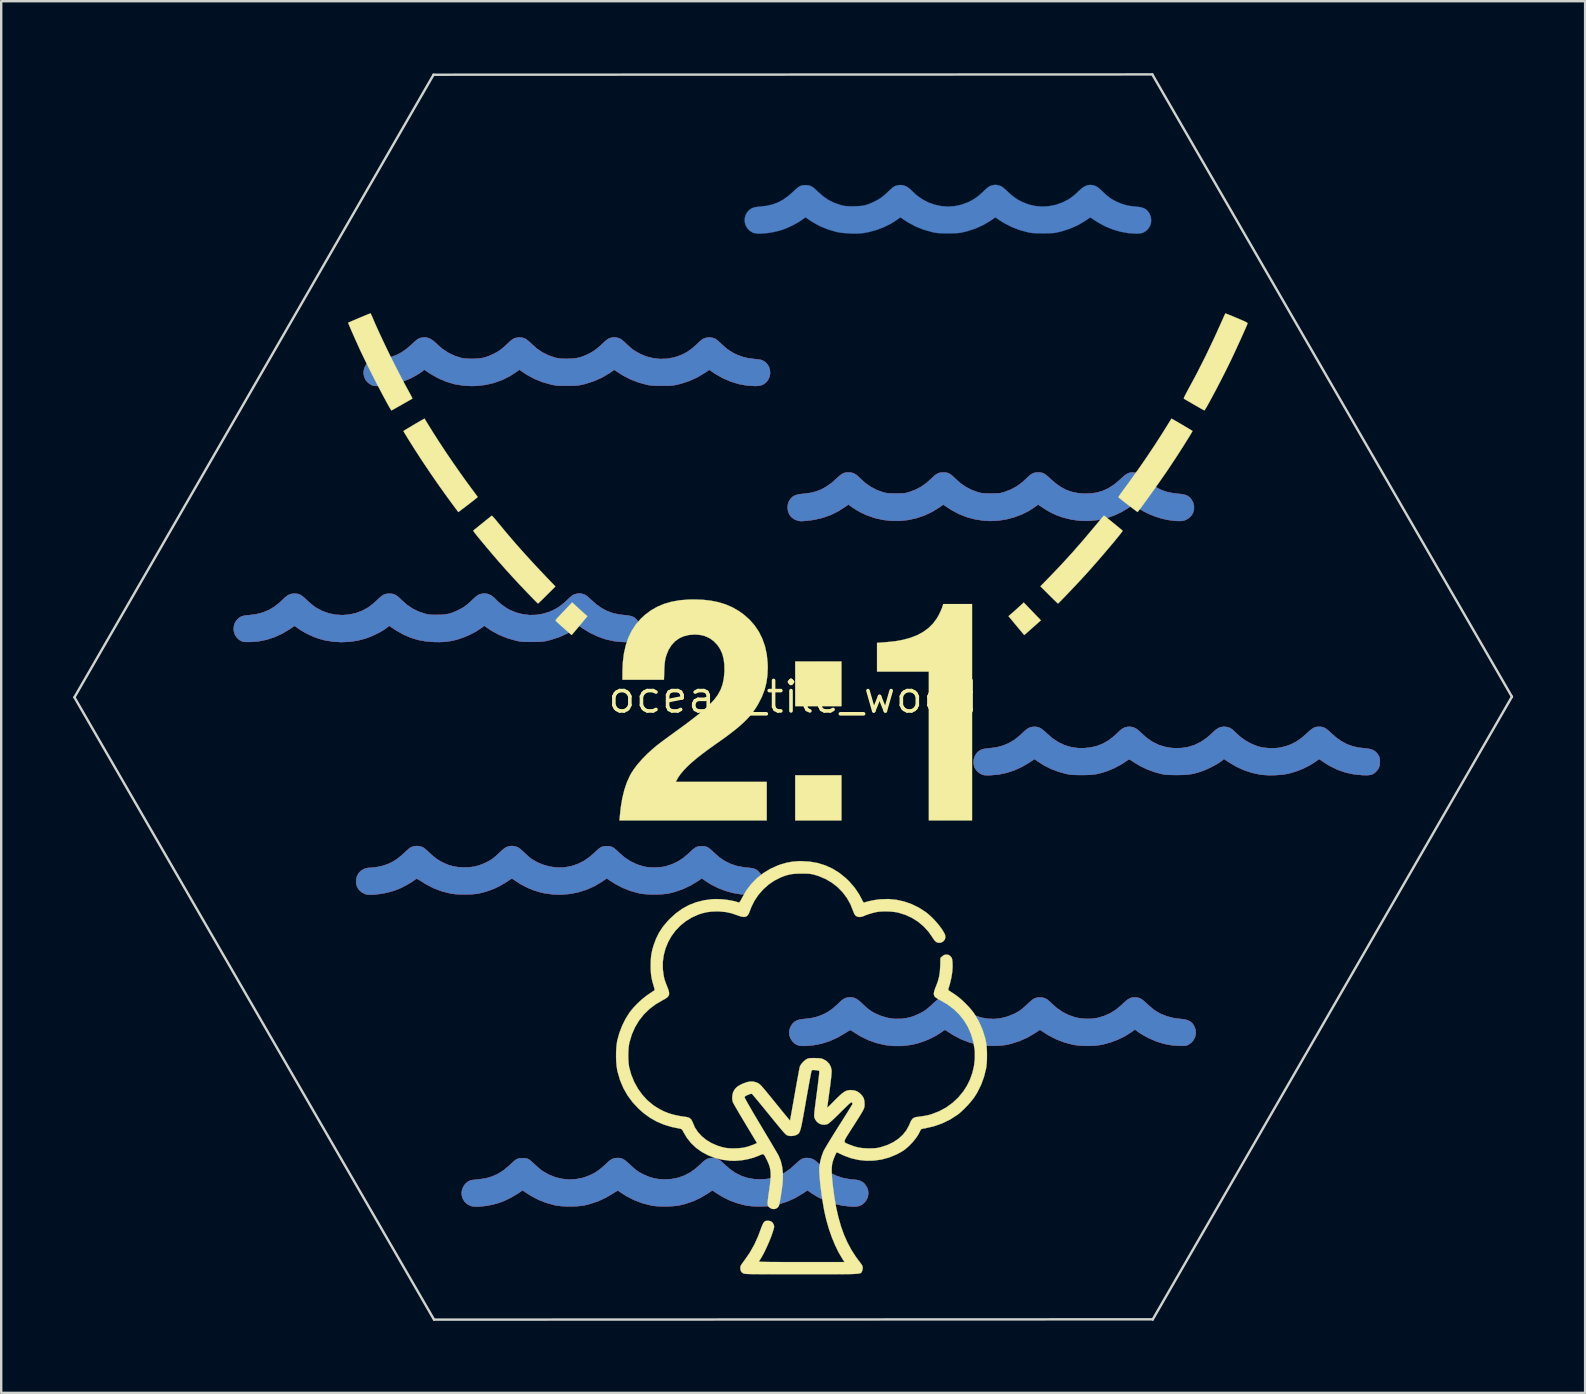
<source format=kicad_pcb>
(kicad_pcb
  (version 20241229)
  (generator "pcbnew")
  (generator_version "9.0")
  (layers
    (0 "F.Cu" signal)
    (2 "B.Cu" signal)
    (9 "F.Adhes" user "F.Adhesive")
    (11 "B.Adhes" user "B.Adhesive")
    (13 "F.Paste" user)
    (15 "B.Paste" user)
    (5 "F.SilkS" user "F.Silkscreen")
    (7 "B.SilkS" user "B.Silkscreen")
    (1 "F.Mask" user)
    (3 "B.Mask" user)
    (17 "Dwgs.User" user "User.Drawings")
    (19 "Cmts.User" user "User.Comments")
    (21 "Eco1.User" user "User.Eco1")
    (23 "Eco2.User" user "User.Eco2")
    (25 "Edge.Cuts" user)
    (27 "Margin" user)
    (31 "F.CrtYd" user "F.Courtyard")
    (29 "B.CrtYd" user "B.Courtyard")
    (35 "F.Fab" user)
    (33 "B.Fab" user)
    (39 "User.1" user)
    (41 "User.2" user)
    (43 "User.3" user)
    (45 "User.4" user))
  (footprint "ocean_tile_wood"
    (layer "F.Cu")
    (at 29.99 25.984)
    (property "Reference" "ocean_tile_wood" (at 0 0 0) (layer "F.SilkS") (effects (font (size 1.27 1.27) (thickness 0.15))))
    (attr through_hole)
    (fp_poly (pts (xy 0.634 19.204) (xy 0.754 19.226) (xy 0.862 19.274) (xy 0.968 19.351) (xy 1.053 19.433) (xy 1.276 19.639) (xy 1.52 19.808) (xy 1.783 19.939) (xy 2.065 20.033) (xy 2.362 20.089) (xy 2.48 20.099) (xy 2.635 20.115) (xy 2.757 20.142) (xy 2.855 20.184) (xy 2.937 20.244) (xy 2.985 20.294) (xy 3.071 20.421) (xy 3.119 20.558) (xy 3.129 20.701) (xy 3.102 20.841) (xy 3.039 20.971) (xy 2.966 21.06) (xy 2.884 21.132) (xy 2.8 21.182) (xy 2.704 21.212) (xy 2.588 21.226) (xy 2.442 21.225) (xy 2.401 21.224) (xy 2.044 21.184) (xy 1.694 21.104) (xy 1.355 20.987) (xy 1.034 20.833) (xy 0.785 20.68) (xy 0.594 20.549) (xy 0.399 20.68) (xy 0.088 20.865) (xy -0.236 21.012) (xy -0.581 21.125) (xy -0.769 21.171) (xy -0.927 21.196) (xy -1.114 21.213) (xy -1.317 21.22) (xy -1.524 21.219) (xy -1.723 21.209) (xy -1.901 21.189) (xy -2.002 21.171) (xy -2.34 21.082) (xy -2.653 20.966) (xy -2.949 20.818) (xy -3.158 20.689) (xy -3.365 20.551) (xy -3.573 20.689) (xy -3.871 20.866) (xy -4.179 21.008) (xy -4.505 21.117) (xy -4.72 21.169) (xy -4.87 21.194) (xy -5.048 21.21) (xy -5.243 21.219) (xy -5.442 21.22) (xy -5.633 21.213) (xy -5.804 21.198) (xy -5.915 21.18) (xy -6.278 21.087) (xy -6.626 20.954) (xy -6.962 20.782) (xy -7.286 20.569) (xy -7.29 20.566) (xy -7.321 20.569) (xy -7.381 20.598) (xy -7.469 20.653) (xy -7.491 20.668) (xy -7.805 20.856) (xy -8.141 21.009) (xy -8.498 21.126) (xy -8.678 21.17) (xy -8.842 21.196) (xy -9.035 21.213) (xy -9.242 21.221) (xy -9.453 21.219) (xy -9.655 21.207) (xy -9.835 21.186) (xy -9.921 21.171) (xy -10.284 21.071) (xy -10.628 20.935) (xy -10.953 20.76) (xy -11.062 20.69) (xy -11.143 20.636) (xy -11.21 20.592) (xy -11.256 20.563) (xy -11.273 20.553) (xy -11.291 20.564) (xy -11.338 20.594) (xy -11.405 20.638) (xy -11.476 20.685) (xy -11.746 20.848) (xy -12.024 20.984) (xy -12.141 21.031) (xy -12.312 21.088) (xy -12.494 21.137) (xy -12.681 21.176) (xy -12.866 21.205) (xy -13.04 21.223) (xy -13.196 21.229) (xy -13.328 21.221) (xy -13.426 21.2) (xy -13.569 21.129) (xy -13.68 21.031) (xy -13.759 20.904) (xy -13.8 20.777) (xy -13.811 20.645) (xy -13.787 20.513) (xy -13.734 20.389) (xy -13.656 20.28) (xy -13.558 20.194) (xy -13.445 20.138) (xy -13.369 20.121) (xy -13.311 20.115) (xy -13.225 20.106) (xy -13.123 20.095) (xy -13.052 20.087) (xy -12.78 20.044) (xy -12.529 19.969) (xy -12.293 19.861) (xy -12.066 19.716) (xy -11.844 19.533) (xy -11.779 19.472) (xy -11.678 19.376) (xy -11.596 19.306) (xy -11.528 19.259) (xy -11.463 19.23) (xy -11.395 19.215) (xy -11.314 19.21) (xy -11.271 19.209) (xy -11.186 19.211) (xy -11.116 19.221) (xy -11.053 19.241) (xy -10.989 19.276) (xy -10.918 19.331) (xy -10.83 19.409) (xy -10.754 19.481) (xy -10.666 19.563) (xy -10.576 19.641) (xy -10.496 19.707) (xy -10.435 19.751) (xy -10.177 19.897) (xy -9.908 20.004) (xy -9.63 20.072) (xy -9.347 20.1) (xy -9.064 20.087) (xy -8.784 20.034) (xy -8.678 20.002) (xy -8.463 19.921) (xy -8.27 19.823) (xy -8.086 19.701) (xy -7.903 19.549) (xy -7.825 19.476) (xy -7.721 19.378) (xy -7.637 19.308) (xy -7.565 19.26) (xy -7.498 19.229) (xy -7.427 19.211) (xy -7.365 19.204) (xy -7.266 19.201) (xy -7.178 19.214) (xy -7.092 19.246) (xy -7.003 19.302) (xy -6.901 19.385) (xy -6.807 19.472) (xy -6.686 19.585) (xy -6.584 19.673) (xy -6.49 19.745) (xy -6.394 19.806) (xy -6.285 19.864) (xy -6.195 19.907) (xy -5.99 19.993) (xy -5.795 20.051) (xy -5.593 20.083) (xy -5.371 20.094) (xy -5.345 20.095) (xy -5.053 20.077) (xy -4.781 20.023) (xy -4.525 19.931) (xy -4.281 19.801) (xy -4.047 19.631) (xy -3.872 19.473) (xy -3.766 19.372) (xy -3.678 19.3) (xy -3.599 19.251) (xy -3.523 19.222) (xy -3.44 19.206) (xy -3.405 19.202) (xy -3.302 19.201) (xy -3.212 19.216) (xy -3.126 19.252) (xy -3.035 19.312) (xy -2.932 19.401) (xy -2.874 19.457) (xy -2.643 19.661) (xy -2.407 19.825) (xy -2.162 19.948) (xy -1.905 20.033) (xy -1.634 20.081) (xy -1.386 20.094) (xy -1.102 20.077) (xy -0.835 20.025) (xy -0.584 19.936) (xy -0.343 19.81) (xy -0.11 19.643) (xy 0.098 19.457) (xy 0.211 19.351) (xy 0.309 19.277) (xy 0.399 19.229) (xy 0.489 19.205) (xy 0.587 19.201) (xy 0.634 19.204)) (stroke (width 0.01) (type solid)) (fill yes) (layer "F.Cu"))
    (fp_poly (pts (xy 2.32 -9.355) (xy 2.427 -9.346) (xy 2.524 -9.316) (xy 2.619 -9.261) (xy 2.72 -9.175) (xy 2.781 -9.116) (xy 3.005 -8.912) (xy 3.243 -8.746) (xy 3.5 -8.616) (xy 3.719 -8.537) (xy 3.791 -8.516) (xy 3.853 -8.5) (xy 3.916 -8.49) (xy 3.988 -8.484) (xy 4.079 -8.481) (xy 4.198 -8.48) (xy 4.276 -8.479) (xy 4.413 -8.48) (xy 4.518 -8.482) (xy 4.599 -8.486) (xy 4.666 -8.494) (xy 4.727 -8.507) (xy 4.792 -8.525) (xy 4.832 -8.537) (xy 5.091 -8.633) (xy 5.326 -8.756) (xy 5.547 -8.911) (xy 5.756 -9.097) (xy 5.86 -9.197) (xy 5.947 -9.267) (xy 6.026 -9.314) (xy 6.104 -9.341) (xy 6.191 -9.353) (xy 6.255 -9.355) (xy 6.353 -9.35) (xy 6.436 -9.333) (xy 6.514 -9.299) (xy 6.595 -9.243) (xy 6.687 -9.161) (xy 6.752 -9.098) (xy 6.971 -8.903) (xy 7.199 -8.746) (xy 7.445 -8.621) (xy 7.677 -8.537) (xy 7.749 -8.516) (xy 7.811 -8.5) (xy 7.874 -8.49) (xy 7.946 -8.484) (xy 8.037 -8.481) (xy 8.156 -8.48) (xy 8.234 -8.479) (xy 8.372 -8.48) (xy 8.476 -8.482) (xy 8.557 -8.486) (xy 8.624 -8.494) (xy 8.685 -8.507) (xy 8.751 -8.525) (xy 8.79 -8.537) (xy 9.066 -8.641) (xy 9.319 -8.779) (xy 9.554 -8.952) (xy 9.729 -9.116) (xy 9.838 -9.219) (xy 9.935 -9.29) (xy 10.03 -9.333) (xy 10.13 -9.353) (xy 10.189 -9.355) (xy 10.279 -9.353) (xy 10.354 -9.342) (xy 10.423 -9.318) (xy 10.494 -9.277) (xy 10.573 -9.216) (xy 10.671 -9.129) (xy 10.722 -9.081) (xy 10.94 -8.893) (xy 11.155 -8.742) (xy 11.372 -8.628) (xy 11.598 -8.547) (xy 11.84 -8.496) (xy 12.097 -8.473) (xy 12.386 -8.477) (xy 12.653 -8.516) (xy 12.905 -8.59) (xy 13.143 -8.701) (xy 13.374 -8.852) (xy 13.601 -9.042) (xy 13.619 -9.06) (xy 13.734 -9.166) (xy 13.828 -9.244) (xy 13.909 -9.297) (xy 13.984 -9.331) (xy 14.061 -9.349) (xy 14.147 -9.355) (xy 14.161 -9.355) (xy 14.259 -9.349) (xy 14.346 -9.328) (xy 14.43 -9.289) (xy 14.52 -9.226) (xy 14.624 -9.136) (xy 14.679 -9.083) (xy 14.89 -8.895) (xy 15.1 -8.746) (xy 15.317 -8.631) (xy 15.548 -8.548) (xy 15.801 -8.494) (xy 16.031 -8.467) (xy 16.196 -8.449) (xy 16.325 -8.42) (xy 16.428 -8.378) (xy 16.51 -8.32) (xy 16.58 -8.243) (xy 16.584 -8.237) (xy 16.659 -8.101) (xy 16.696 -7.96) (xy 16.696 -7.82) (xy 16.661 -7.686) (xy 16.593 -7.565) (xy 16.496 -7.463) (xy 16.369 -7.385) (xy 16.284 -7.353) (xy 16.192 -7.335) (xy 16.079 -7.33) (xy 15.939 -7.336) (xy 15.767 -7.355) (xy 15.6 -7.379) (xy 15.352 -7.433) (xy 15.091 -7.515) (xy 14.83 -7.62) (xy 14.583 -7.742) (xy 14.362 -7.877) (xy 14.32 -7.906) (xy 14.166 -8.017) (xy 13.999 -7.901) (xy 13.688 -7.711) (xy 13.36 -7.558) (xy 13.021 -7.445) (xy 12.672 -7.371) (xy 12.317 -7.336) (xy 11.959 -7.342) (xy 11.602 -7.389) (xy 11.248 -7.476) (xy 11.197 -7.493) (xy 10.96 -7.579) (xy 10.742 -7.68) (xy 10.525 -7.804) (xy 10.407 -7.881) (xy 10.203 -8.017) (xy 10.092 -7.934) (xy 9.818 -7.754) (xy 9.518 -7.604) (xy 9.199 -7.485) (xy 8.868 -7.398) (xy 8.53 -7.347) (xy 8.193 -7.332) (xy 7.959 -7.344) (xy 7.59 -7.399) (xy 7.239 -7.492) (xy 6.905 -7.623) (xy 6.585 -7.794) (xy 6.45 -7.881) (xy 6.253 -8.015) (xy 6.106 -7.911) (xy 5.799 -7.72) (xy 5.476 -7.567) (xy 5.139 -7.452) (xy 4.794 -7.375) (xy 4.442 -7.338) (xy 4.088 -7.339) (xy 3.734 -7.38) (xy 3.385 -7.46) (xy 3.044 -7.581) (xy 3.009 -7.596) (xy 2.837 -7.678) (xy 2.661 -7.775) (xy 2.498 -7.877) (xy 2.397 -7.949) (xy 2.303 -8.021) (xy 2.194 -7.942) (xy 1.884 -7.742) (xy 1.56 -7.582) (xy 1.22 -7.462) (xy 0.864 -7.38) (xy 0.603 -7.346) (xy 0.48 -7.335) (xy 0.39 -7.328) (xy 0.323 -7.327) (xy 0.271 -7.331) (xy 0.224 -7.339) (xy 0.201 -7.344) (xy 0.051 -7.402) (xy -0.07 -7.489) (xy -0.158 -7.602) (xy -0.213 -7.738) (xy -0.232 -7.895) (xy -0.232 -7.895) (xy -0.216 -8.042) (xy -0.167 -8.169) (xy -0.088 -8.28) (xy -0.015 -8.347) (xy 0.076 -8.397) (xy 0.191 -8.433) (xy 0.336 -8.457) (xy 0.441 -8.467) (xy 0.707 -8.501) (xy 0.95 -8.56) (xy 1.177 -8.649) (xy 1.396 -8.77) (xy 1.611 -8.926) (xy 1.81 -9.102) (xy 1.914 -9.198) (xy 1.999 -9.266) (xy 2.073 -9.312) (xy 2.145 -9.339) (xy 2.224 -9.352) (xy 2.319 -9.355) (xy 2.32 -9.355)) (stroke (width 0.01) (type solid)) (fill yes) (layer "F.Cu"))
    (fp_poly (pts (xy 14.103 1.248) (xy 14.196 1.273) (xy 14.287 1.32) (xy 14.385 1.393) (xy 14.498 1.497) (xy 14.513 1.513) (xy 14.74 1.713) (xy 14.976 1.874) (xy 15.224 1.994) (xy 15.488 2.077) (xy 15.77 2.123) (xy 15.896 2.131) (xy 16.189 2.125) (xy 16.467 2.079) (xy 16.731 1.995) (xy 16.983 1.87) (xy 17.224 1.705) (xy 17.431 1.524) (xy 17.544 1.418) (xy 17.639 1.341) (xy 17.723 1.289) (xy 17.804 1.258) (xy 17.889 1.243) (xy 17.949 1.24) (xy 18.078 1.251) (xy 18.191 1.288) (xy 18.297 1.356) (xy 18.408 1.46) (xy 18.409 1.461) (xy 18.606 1.645) (xy 18.83 1.807) (xy 19.069 1.942) (xy 19.316 2.043) (xy 19.42 2.074) (xy 19.594 2.109) (xy 19.789 2.129) (xy 19.99 2.134) (xy 20.18 2.123) (xy 20.285 2.108) (xy 20.527 2.049) (xy 20.748 1.968) (xy 20.957 1.859) (xy 21.161 1.719) (xy 21.367 1.542) (xy 21.396 1.515) (xy 21.505 1.416) (xy 21.592 1.343) (xy 21.667 1.293) (xy 21.735 1.262) (xy 21.806 1.246) (xy 21.886 1.241) (xy 21.907 1.24) (xy 21.999 1.245) (xy 22.077 1.261) (xy 22.151 1.293) (xy 22.229 1.345) (xy 22.32 1.422) (xy 22.395 1.492) (xy 22.617 1.687) (xy 22.838 1.843) (xy 23.063 1.964) (xy 23.299 2.051) (xy 23.552 2.108) (xy 23.791 2.136) (xy 23.955 2.154) (xy 24.085 2.182) (xy 24.188 2.226) (xy 24.271 2.289) (xy 24.343 2.374) (xy 24.379 2.431) (xy 24.41 2.489) (xy 24.427 2.543) (xy 24.435 2.61) (xy 24.437 2.699) (xy 24.429 2.832) (xy 24.401 2.938) (xy 24.348 3.03) (xy 24.272 3.115) (xy 24.208 3.171) (xy 24.144 3.211) (xy 24.072 3.238) (xy 23.983 3.252) (xy 23.869 3.257) (xy 23.723 3.254) (xy 23.701 3.253) (xy 23.345 3.218) (xy 23.003 3.143) (xy 22.673 3.028) (xy 22.353 2.872) (xy 22.109 2.72) (xy 21.908 2.584) (xy 21.753 2.695) (xy 21.512 2.848) (xy 21.242 2.984) (xy 20.954 3.098) (xy 20.659 3.185) (xy 20.638 3.19) (xy 20.464 3.222) (xy 20.262 3.244) (xy 20.045 3.256) (xy 19.826 3.258) (xy 19.619 3.248) (xy 19.441 3.229) (xy 19.103 3.155) (xy 18.768 3.043) (xy 18.445 2.894) (xy 18.147 2.716) (xy 17.944 2.58) (xy 17.899 2.621) (xy 17.815 2.688) (xy 17.7 2.763) (xy 17.563 2.843) (xy 17.413 2.922) (xy 17.259 2.995) (xy 17.111 3.058) (xy 17.037 3.086) (xy 16.87 3.142) (xy 16.718 3.184) (xy 16.57 3.214) (xy 16.415 3.233) (xy 16.243 3.245) (xy 16.043 3.249) (xy 15.981 3.249) (xy 15.812 3.248) (xy 15.677 3.245) (xy 15.568 3.239) (xy 15.477 3.23) (xy 15.397 3.217) (xy 15.367 3.211) (xy 15.053 3.127) (xy 14.743 3.012) (xy 14.449 2.871) (xy 14.181 2.709) (xy 14.171 2.701) (xy 14.092 2.648) (xy 14.039 2.616) (xy 14.004 2.602) (xy 13.98 2.603) (xy 13.959 2.614) (xy 13.673 2.803) (xy 13.391 2.955) (xy 13.108 3.074) (xy 13.031 3.101) (xy 12.879 3.15) (xy 12.746 3.186) (xy 12.623 3.213) (xy 12.497 3.231) (xy 12.36 3.242) (xy 12.201 3.248) (xy 12.023 3.249) (xy 11.866 3.249) (xy 11.743 3.246) (xy 11.645 3.242) (xy 11.562 3.234) (xy 11.485 3.223) (xy 11.406 3.208) (xy 11.369 3.2) (xy 11.047 3.111) (xy 10.738 2.993) (xy 10.451 2.849) (xy 10.211 2.697) (xy 10.055 2.585) (xy 9.855 2.718) (xy 9.547 2.901) (xy 9.226 3.048) (xy 8.897 3.157) (xy 8.563 3.228) (xy 8.229 3.258) (xy 8.149 3.26) (xy 8.045 3.259) (xy 7.97 3.255) (xy 7.914 3.245) (xy 7.865 3.228) (xy 7.811 3.202) (xy 7.808 3.201) (xy 7.7 3.126) (xy 7.61 3.029) (xy 7.549 2.921) (xy 7.536 2.883) (xy 7.514 2.733) (xy 7.527 2.585) (xy 7.574 2.448) (xy 7.652 2.33) (xy 7.694 2.288) (xy 7.763 2.235) (xy 7.833 2.196) (xy 7.915 2.169) (xy 8.019 2.15) (xy 8.154 2.137) (xy 8.169 2.135) (xy 8.465 2.097) (xy 8.736 2.026) (xy 8.987 1.92) (xy 9.224 1.778) (xy 9.451 1.596) (xy 9.544 1.507) (xy 9.655 1.403) (xy 9.75 1.329) (xy 9.836 1.28) (xy 9.924 1.252) (xy 10.02 1.242) (xy 10.054 1.241) (xy 10.143 1.246) (xy 10.222 1.265) (xy 10.301 1.3) (xy 10.385 1.357) (xy 10.482 1.438) (xy 10.583 1.533) (xy 10.817 1.733) (xy 11.062 1.893) (xy 11.318 2.011) (xy 11.586 2.09) (xy 11.868 2.129) (xy 12.118 2.131) (xy 12.403 2.1) (xy 12.668 2.036) (xy 12.916 1.936) (xy 13.151 1.798) (xy 13.376 1.622) (xy 13.513 1.492) (xy 13.627 1.385) (xy 13.73 1.311) (xy 13.828 1.265) (xy 13.932 1.243) (xy 14.002 1.24) (xy 14.103 1.248)) (stroke (width 0.01) (type solid)) (fill yes) (layer "F.Cu"))
    (fp_poly (pts (xy -8.814 -4.304) (xy -8.743 -4.284) (xy -8.689 -4.265) (xy -8.637 -4.237) (xy -8.578 -4.194) (xy -8.506 -4.131) (xy -8.425 -4.055) (xy -8.203 -3.86) (xy -7.982 -3.704) (xy -7.756 -3.584) (xy -7.518 -3.496) (xy -7.261 -3.438) (xy -7.017 -3.41) (xy -6.865 -3.393) (xy -6.746 -3.368) (xy -6.652 -3.331) (xy -6.574 -3.278) (xy -6.51 -3.212) (xy -6.428 -3.087) (xy -6.383 -2.949) (xy -6.375 -2.807) (xy -6.402 -2.667) (xy -6.465 -2.537) (xy -6.557 -2.43) (xy -6.631 -2.371) (xy -6.705 -2.329) (xy -6.789 -2.303) (xy -6.891 -2.291) (xy -7.022 -2.289) (xy -7.107 -2.292) (xy -7.464 -2.328) (xy -7.812 -2.405) (xy -8.15 -2.524) (xy -8.476 -2.682) (xy -8.705 -2.823) (xy -8.912 -2.961) (xy -9.113 -2.825) (xy -9.419 -2.643) (xy -9.75 -2.494) (xy -10.106 -2.379) (xy -10.288 -2.335) (xy -10.367 -2.32) (xy -10.454 -2.31) (xy -10.555 -2.302) (xy -10.68 -2.298) (xy -10.836 -2.297) (xy -10.89 -2.297) (xy -11.045 -2.297) (xy -11.167 -2.3) (xy -11.265 -2.304) (xy -11.349 -2.312) (xy -11.426 -2.324) (xy -11.508 -2.34) (xy -11.533 -2.346) (xy -11.899 -2.448) (xy -12.245 -2.588) (xy -12.569 -2.763) (xy -12.798 -2.919) (xy -12.865 -2.968) (xy -12.98 -2.883) (xy -13.199 -2.738) (xy -13.446 -2.606) (xy -13.707 -2.492) (xy -13.966 -2.403) (xy -14.076 -2.374) (xy -14.252 -2.335) (xy -14.414 -2.309) (xy -14.576 -2.294) (xy -14.752 -2.289) (xy -14.955 -2.292) (xy -14.962 -2.292) (xy -15.304 -2.319) (xy -15.624 -2.378) (xy -15.929 -2.47) (xy -16.226 -2.598) (xy -16.523 -2.765) (xy -16.634 -2.837) (xy -16.83 -2.968) (xy -16.877 -2.926) (xy -16.969 -2.853) (xy -17.093 -2.772) (xy -17.241 -2.689) (xy -17.402 -2.607) (xy -17.57 -2.53) (xy -17.735 -2.465) (xy -17.823 -2.434) (xy -18.145 -2.35) (xy -18.483 -2.3) (xy -18.828 -2.286) (xy -19.173 -2.307) (xy -19.51 -2.363) (xy -19.77 -2.434) (xy -19.948 -2.499) (xy -20.138 -2.582) (xy -20.324 -2.675) (xy -20.493 -2.772) (xy -20.602 -2.845) (xy -20.768 -2.964) (xy -20.961 -2.835) (xy -21.276 -2.646) (xy -21.594 -2.498) (xy -21.918 -2.391) (xy -22.251 -2.323) (xy -22.574 -2.295) (xy -22.708 -2.292) (xy -22.807 -2.293) (xy -22.879 -2.298) (xy -22.932 -2.309) (xy -22.953 -2.316) (xy -23.081 -2.385) (xy -23.184 -2.485) (xy -23.259 -2.607) (xy -23.299 -2.745) (xy -23.305 -2.82) (xy -23.295 -2.959) (xy -23.262 -3.071) (xy -23.202 -3.171) (xy -23.171 -3.209) (xy -23.102 -3.28) (xy -23.031 -3.331) (xy -22.95 -3.367) (xy -22.848 -3.391) (xy -22.716 -3.407) (xy -22.669 -3.41) (xy -22.369 -3.449) (xy -22.095 -3.519) (xy -21.842 -3.623) (xy -21.606 -3.763) (xy -21.383 -3.941) (xy -21.289 -4.03) (xy -21.178 -4.135) (xy -21.086 -4.21) (xy -21.003 -4.261) (xy -20.922 -4.29) (xy -20.836 -4.303) (xy -20.786 -4.305) (xy -20.695 -4.303) (xy -20.618 -4.291) (xy -20.548 -4.266) (xy -20.476 -4.223) (xy -20.395 -4.159) (xy -20.295 -4.069) (xy -20.257 -4.033) (xy -20.15 -3.935) (xy -20.037 -3.841) (xy -19.932 -3.76) (xy -19.855 -3.708) (xy -19.601 -3.576) (xy -19.334 -3.483) (xy -19.058 -3.428) (xy -18.778 -3.411) (xy -18.499 -3.433) (xy -18.224 -3.492) (xy -17.958 -3.591) (xy -17.737 -3.708) (xy -17.647 -3.77) (xy -17.54 -3.853) (xy -17.428 -3.948) (xy -17.335 -4.033) (xy -17.228 -4.132) (xy -17.141 -4.205) (xy -17.067 -4.254) (xy -16.997 -4.284) (xy -16.924 -4.3) (xy -16.839 -4.305) (xy -16.806 -4.305) (xy -16.708 -4.298) (xy -16.621 -4.275) (xy -16.535 -4.231) (xy -16.444 -4.163) (xy -16.339 -4.066) (xy -16.307 -4.035) (xy -16.087 -3.839) (xy -15.853 -3.681) (xy -15.598 -3.556) (xy -15.333 -3.468) (xy -15.256 -3.449) (xy -15.181 -3.436) (xy -15.096 -3.428) (xy -14.991 -3.423) (xy -14.856 -3.422) (xy -14.838 -3.422) (xy -14.652 -3.426) (xy -14.496 -3.439) (xy -14.357 -3.463) (xy -14.223 -3.503) (xy -14.08 -3.559) (xy -13.975 -3.608) (xy -13.856 -3.668) (xy -13.757 -3.723) (xy -13.667 -3.783) (xy -13.577 -3.853) (xy -13.477 -3.94) (xy -13.364 -4.045) (xy -13.272 -4.131) (xy -13.202 -4.192) (xy -13.146 -4.234) (xy -13.096 -4.262) (xy -13.045 -4.282) (xy -13.026 -4.288) (xy -12.873 -4.312) (xy -12.726 -4.294) (xy -12.586 -4.236) (xy -12.456 -4.137) (xy -12.396 -4.074) (xy -12.305 -3.982) (xy -12.188 -3.882) (xy -12.058 -3.783) (xy -11.926 -3.695) (xy -11.813 -3.631) (xy -11.545 -3.519) (xy -11.268 -3.447) (xy -10.985 -3.413) (xy -10.701 -3.419) (xy -10.421 -3.465) (xy -10.15 -3.55) (xy -10.04 -3.598) (xy -9.901 -3.667) (xy -9.779 -3.739) (xy -9.663 -3.822) (xy -9.541 -3.923) (xy -9.408 -4.045) (xy -9.314 -4.133) (xy -9.242 -4.195) (xy -9.185 -4.237) (xy -9.133 -4.265) (xy -9.081 -4.284) (xy -9.079 -4.285) (xy -8.98 -4.309) (xy -8.899 -4.316) (xy -8.814 -4.304)) (stroke (width 0.01) (type solid)) (fill yes) (layer "F.Cu"))
    (fp_poly (pts (xy -15.534 6.224) (xy -15.497 6.235) (xy -15.445 6.254) (xy -15.393 6.282) (xy -15.335 6.325) (xy -15.261 6.388) (xy -15.17 6.473) (xy -15.031 6.6) (xy -14.908 6.701) (xy -14.789 6.785) (xy -14.663 6.858) (xy -14.532 6.923) (xy -14.343 7.002) (xy -14.157 7.055) (xy -13.961 7.086) (xy -13.743 7.098) (xy -13.695 7.099) (xy -13.474 7.091) (xy -13.279 7.065) (xy -13.095 7.017) (xy -12.908 6.946) (xy -12.835 6.912) (xy -12.716 6.854) (xy -12.616 6.798) (xy -12.525 6.738) (xy -12.433 6.666) (xy -12.331 6.577) (xy -12.222 6.475) (xy -12.127 6.387) (xy -12.055 6.325) (xy -11.996 6.282) (xy -11.945 6.254) (xy -11.893 6.235) (xy -11.893 6.235) (xy -11.78 6.208) (xy -11.681 6.205) (xy -11.575 6.225) (xy -11.538 6.235) (xy -11.486 6.254) (xy -11.435 6.281) (xy -11.378 6.323) (xy -11.307 6.384) (xy -11.215 6.47) (xy -11.211 6.474) (xy -11.123 6.556) (xy -11.037 6.634) (xy -10.961 6.699) (xy -10.904 6.743) (xy -10.897 6.748) (xy -10.664 6.884) (xy -10.411 6.989) (xy -10.146 7.062) (xy -9.876 7.101) (xy -9.611 7.104) (xy -9.496 7.092) (xy -9.22 7.039) (xy -8.964 6.952) (xy -8.722 6.831) (xy -8.49 6.672) (xy -8.266 6.476) (xy -8.163 6.379) (xy -8.082 6.31) (xy -8.013 6.262) (xy -7.948 6.233) (xy -7.88 6.219) (xy -7.8 6.213) (xy -7.768 6.213) (xy -7.672 6.217) (xy -7.591 6.232) (xy -7.517 6.262) (xy -7.44 6.312) (xy -7.353 6.386) (xy -7.261 6.475) (xy -7.028 6.679) (xy -6.779 6.844) (xy -6.512 6.971) (xy -6.227 7.062) (xy -6.221 7.063) (xy -6.089 7.086) (xy -5.929 7.098) (xy -5.757 7.101) (xy -5.586 7.093) (xy -5.43 7.077) (xy -5.309 7.053) (xy -5.044 6.966) (xy -4.805 6.853) (xy -4.584 6.71) (xy -4.37 6.531) (xy -4.326 6.488) (xy -4.22 6.388) (xy -4.134 6.315) (xy -4.06 6.265) (xy -3.99 6.234) (xy -3.916 6.219) (xy -3.83 6.214) (xy -3.81 6.213) (xy -3.717 6.217) (xy -3.639 6.231) (xy -3.566 6.261) (xy -3.492 6.309) (xy -3.406 6.381) (xy -3.301 6.481) (xy -3.301 6.481) (xy -3.08 6.677) (xy -2.849 6.833) (xy -2.605 6.953) (xy -2.341 7.04) (xy -2.054 7.094) (xy -1.903 7.109) (xy -1.769 7.122) (xy -1.666 7.141) (xy -1.586 7.167) (xy -1.518 7.205) (xy -1.453 7.258) (xy -1.443 7.268) (xy -1.363 7.357) (xy -1.312 7.452) (xy -1.287 7.564) (xy -1.281 7.673) (xy -1.29 7.807) (xy -1.32 7.914) (xy -1.376 8.007) (xy -1.443 8.079) (xy -1.537 8.153) (xy -1.64 8.201) (xy -1.763 8.227) (xy -1.892 8.233) (xy -2.2 8.215) (xy -2.515 8.16) (xy -2.831 8.071) (xy -3.14 7.95) (xy -3.432 7.801) (xy -3.617 7.684) (xy -3.806 7.555) (xy -3.979 7.673) (xy -4.283 7.855) (xy -4.609 8.007) (xy -4.95 8.124) (xy -5.15 8.175) (xy -5.299 8.199) (xy -5.476 8.216) (xy -5.671 8.224) (xy -5.872 8.225) (xy -6.067 8.218) (xy -6.246 8.203) (xy -6.396 8.18) (xy -6.417 8.176) (xy -6.776 8.077) (xy -7.111 7.944) (xy -7.428 7.776) (xy -7.559 7.693) (xy -7.765 7.556) (xy -7.967 7.693) (xy -8.274 7.876) (xy -8.599 8.022) (xy -8.938 8.13) (xy -9.287 8.201) (xy -9.642 8.232) (xy -10 8.224) (xy -10.356 8.175) (xy -10.526 8.137) (xy -10.801 8.053) (xy -11.074 7.941) (xy -11.333 7.808) (xy -11.565 7.66) (xy -11.597 7.636) (xy -11.672 7.586) (xy -11.72 7.566) (xy -11.739 7.569) (xy -11.984 7.732) (xy -12.213 7.865) (xy -12.435 7.974) (xy -12.659 8.062) (xy -12.894 8.134) (xy -13.102 8.184) (xy -13.223 8.202) (xy -13.374 8.216) (xy -13.546 8.223) (xy -13.727 8.225) (xy -13.906 8.221) (xy -14.072 8.211) (xy -14.214 8.195) (xy -14.276 8.184) (xy -14.64 8.091) (xy -14.983 7.96) (xy -15.307 7.793) (xy -15.465 7.693) (xy -15.558 7.634) (xy -15.631 7.592) (xy -15.68 7.571) (xy -15.697 7.571) (xy -15.895 7.709) (xy -16.118 7.841) (xy -16.349 7.958) (xy -16.498 8.021) (xy -16.658 8.078) (xy -16.833 8.127) (xy -17.015 8.169) (xy -17.198 8.201) (xy -17.374 8.223) (xy -17.535 8.234) (xy -17.676 8.233) (xy -17.787 8.219) (xy -17.834 8.206) (xy -17.975 8.131) (xy -18.085 8.029) (xy -18.117 7.987) (xy -18.166 7.899) (xy -18.194 7.812) (xy -18.202 7.71) (xy -18.198 7.606) (xy -18.167 7.463) (xy -18.1 7.339) (xy -18.004 7.239) (xy -17.882 7.165) (xy -17.739 7.122) (xy -17.636 7.113) (xy -17.49 7.104) (xy -17.325 7.081) (xy -17.161 7.047) (xy -17.078 7.025) (xy -16.876 6.956) (xy -16.689 6.867) (xy -16.509 6.754) (xy -16.328 6.611) (xy -16.181 6.477) (xy -16.087 6.389) (xy -16.016 6.327) (xy -15.959 6.284) (xy -15.908 6.256) (xy -15.857 6.237) (xy -15.852 6.235) (xy -15.739 6.209) (xy -15.64 6.205) (xy -15.534 6.224)) (stroke (width 0.01) (type solid)) (fill yes) (layer "F.Cu"))
    (fp_poly (pts (xy 6.427 12.516) (xy 6.514 12.538) (xy 6.598 12.581) (xy 6.689 12.648) (xy 6.795 12.744) (xy 6.819 12.768) (xy 7.051 12.971) (xy 7.298 13.136) (xy 7.557 13.264) (xy 7.825 13.352) (xy 8.099 13.402) (xy 8.377 13.412) (xy 8.656 13.381) (xy 8.933 13.311) (xy 9.205 13.199) (xy 9.218 13.192) (xy 9.329 13.134) (xy 9.425 13.075) (xy 9.516 13.009) (xy 9.612 12.929) (xy 9.724 12.826) (xy 9.758 12.794) (xy 9.863 12.696) (xy 9.948 12.624) (xy 10.019 12.575) (xy 10.086 12.543) (xy 10.156 12.525) (xy 10.236 12.515) (xy 10.247 12.514) (xy 10.374 12.518) (xy 10.489 12.55) (xy 10.601 12.614) (xy 10.716 12.714) (xy 10.742 12.741) (xy 10.967 12.947) (xy 11.213 13.118) (xy 11.477 13.251) (xy 11.754 13.346) (xy 11.761 13.348) (xy 11.97 13.388) (xy 12.197 13.406) (xy 12.424 13.402) (xy 12.637 13.375) (xy 12.706 13.36) (xy 12.971 13.279) (xy 13.211 13.171) (xy 13.435 13.031) (xy 13.652 12.854) (xy 13.727 12.783) (xy 13.84 12.677) (xy 13.937 12.601) (xy 14.024 12.551) (xy 14.11 12.522) (xy 14.201 12.511) (xy 14.235 12.51) (xy 14.329 12.517) (xy 14.416 12.539) (xy 14.501 12.581) (xy 14.593 12.648) (xy 14.701 12.743) (xy 14.741 12.781) (xy 14.83 12.864) (xy 14.924 12.945) (xy 15.01 13.015) (xy 15.068 13.058) (xy 15.311 13.198) (xy 15.576 13.304) (xy 15.859 13.376) (xy 16.133 13.41) (xy 16.305 13.43) (xy 16.443 13.468) (xy 16.552 13.525) (xy 16.629 13.595) (xy 16.714 13.726) (xy 16.761 13.865) (xy 16.771 14.008) (xy 16.745 14.147) (xy 16.684 14.277) (xy 16.591 14.39) (xy 16.465 14.481) (xy 16.458 14.485) (xy 16.418 14.504) (xy 16.376 14.517) (xy 16.323 14.525) (xy 16.25 14.528) (xy 16.147 14.529) (xy 16.097 14.528) (xy 15.772 14.507) (xy 15.452 14.447) (xy 15.135 14.349) (xy 14.814 14.21) (xy 14.753 14.179) (xy 14.645 14.121) (xy 14.535 14.057) (xy 14.437 13.997) (xy 14.373 13.953) (xy 14.236 13.852) (xy 14.083 13.961) (xy 13.826 14.124) (xy 13.539 14.266) (xy 13.231 14.383) (xy 12.91 14.472) (xy 12.869 14.481) (xy 12.703 14.508) (xy 12.509 14.525) (xy 12.3 14.532) (xy 12.089 14.529) (xy 11.889 14.517) (xy 11.712 14.494) (xy 11.651 14.482) (xy 11.287 14.385) (xy 10.947 14.253) (xy 10.629 14.087) (xy 10.482 13.994) (xy 10.404 13.942) (xy 10.339 13.9) (xy 10.295 13.872) (xy 10.281 13.864) (xy 10.261 13.875) (xy 10.214 13.905) (xy 10.146 13.95) (xy 10.067 14.002) (xy 9.753 14.187) (xy 9.417 14.335) (xy 9.063 14.447) (xy 8.869 14.491) (xy 8.714 14.513) (xy 8.531 14.526) (xy 8.332 14.531) (xy 8.13 14.528) (xy 7.938 14.516) (xy 7.768 14.496) (xy 7.691 14.482) (xy 7.331 14.385) (xy 6.992 14.254) (xy 6.671 14.085) (xy 6.526 13.993) (xy 6.447 13.941) (xy 6.381 13.899) (xy 6.337 13.872) (xy 6.322 13.864) (xy 6.301 13.876) (xy 6.253 13.907) (xy 6.189 13.952) (xy 6.149 13.98) (xy 5.945 14.109) (xy 5.712 14.229) (xy 5.46 14.335) (xy 5.204 14.421) (xy 4.955 14.482) (xy 4.916 14.489) (xy 4.549 14.534) (xy 4.186 14.536) (xy 3.829 14.496) (xy 3.478 14.415) (xy 3.134 14.293) (xy 2.798 14.129) (xy 2.47 13.924) (xy 2.403 13.877) (xy 2.373 13.878) (xy 2.315 13.905) (xy 2.226 13.959) (xy 2.179 13.99) (xy 1.862 14.178) (xy 1.532 14.327) (xy 1.193 14.437) (xy 0.846 14.506) (xy 0.551 14.532) (xy 0.424 14.535) (xy 0.328 14.532) (xy 0.254 14.522) (xy 0.204 14.508) (xy 0.087 14.45) (xy -0.016 14.359) (xy -0.097 14.244) (xy -0.15 14.115) (xy -0.169 13.981) (xy -0.169 13.981) (xy -0.152 13.856) (xy -0.105 13.73) (xy -0.036 13.62) (xy -0.019 13.6) (xy 0.062 13.526) (xy 0.154 13.473) (xy 0.267 13.438) (xy 0.409 13.416) (xy 0.476 13.41) (xy 0.716 13.384) (xy 0.933 13.338) (xy 1.141 13.268) (xy 1.143 13.267) (xy 1.321 13.188) (xy 1.484 13.096) (xy 1.641 12.983) (xy 1.801 12.844) (xy 1.909 12.741) (xy 2.018 12.64) (xy 2.116 12.571) (xy 2.211 12.53) (xy 2.314 12.512) (xy 2.371 12.509) (xy 2.465 12.515) (xy 2.55 12.536) (xy 2.634 12.576) (xy 2.724 12.638) (xy 2.828 12.728) (xy 2.888 12.784) (xy 3.006 12.895) (xy 3.106 12.981) (xy 3.196 13.05) (xy 3.288 13.11) (xy 3.389 13.166) (xy 3.44 13.192) (xy 3.687 13.296) (xy 3.948 13.368) (xy 4.211 13.406) (xy 4.469 13.407) (xy 4.553 13.4) (xy 4.727 13.374) (xy 4.875 13.341) (xy 5.018 13.295) (xy 5.171 13.23) (xy 5.218 13.208) (xy 5.342 13.146) (xy 5.446 13.087) (xy 5.541 13.023) (xy 5.636 12.947) (xy 5.743 12.852) (xy 5.828 12.77) (xy 5.941 12.667) (xy 6.037 12.593) (xy 6.125 12.545) (xy 6.214 12.519) (xy 6.311 12.51) (xy 6.329 12.509) (xy 6.427 12.516)) (stroke (width 0.01) (type solid)) (fill yes) (layer "F.Cu"))
    (fp_poly (pts (xy -7.353 -14.972) (xy -7.282 -14.952) (xy -7.228 -14.933) (xy -7.176 -14.905) (xy -7.118 -14.862) (xy -7.045 -14.799) (xy -6.964 -14.723) (xy -6.875 -14.64) (xy -6.783 -14.559) (xy -6.699 -14.49) (xy -6.634 -14.442) (xy -6.377 -14.292) (xy -6.108 -14.182) (xy -5.83 -14.111) (xy -5.547 -14.08) (xy -5.261 -14.09) (xy -4.976 -14.141) (xy -4.815 -14.189) (xy -4.598 -14.275) (xy -4.401 -14.382) (xy -4.213 -14.517) (xy -4.024 -14.684) (xy -4.003 -14.705) (xy -3.924 -14.78) (xy -3.848 -14.847) (xy -3.784 -14.898) (xy -3.745 -14.923) (xy -3.61 -14.969) (xy -3.464 -14.978) (xy -3.336 -14.956) (xy -3.283 -14.938) (xy -3.233 -14.913) (xy -3.179 -14.876) (xy -3.114 -14.821) (xy -3.029 -14.743) (xy -3 -14.715) (xy -2.861 -14.588) (xy -2.737 -14.486) (xy -2.617 -14.403) (xy -2.492 -14.33) (xy -2.364 -14.266) (xy -2.128 -14.174) (xy -1.873 -14.112) (xy -1.602 -14.078) (xy -1.498 -14.068) (xy -1.402 -14.054) (xy -1.326 -14.039) (xy -1.29 -14.028) (xy -1.167 -13.955) (xy -1.071 -13.856) (xy -1.004 -13.737) (xy -0.967 -13.604) (xy -0.961 -13.466) (xy -0.989 -13.33) (xy -1.052 -13.201) (xy -1.093 -13.146) (xy -1.185 -13.059) (xy -1.288 -13) (xy -1.412 -12.966) (xy -1.565 -12.954) (xy -1.581 -12.954) (xy -1.922 -12.975) (xy -2.263 -13.037) (xy -2.598 -13.139) (xy -2.926 -13.28) (xy -3.242 -13.46) (xy -3.329 -13.517) (xy -3.493 -13.629) (xy -3.678 -13.505) (xy -3.993 -13.317) (xy -4.324 -13.166) (xy -4.676 -13.051) (xy -4.829 -13.014) (xy -4.913 -12.996) (xy -4.991 -12.983) (xy -5.071 -12.974) (xy -5.164 -12.969) (xy -5.278 -12.966) (xy -5.422 -12.965) (xy -5.472 -12.965) (xy -5.638 -12.966) (xy -5.771 -12.969) (xy -5.878 -12.975) (xy -5.967 -12.985) (xy -6.048 -12.998) (xy -6.075 -13.004) (xy -6.434 -13.1) (xy -6.768 -13.228) (xy -7.082 -13.39) (xy -7.251 -13.495) (xy -7.451 -13.629) (xy -7.652 -13.493) (xy -7.958 -13.311) (xy -8.289 -13.162) (xy -8.645 -13.047) (xy -8.827 -13.003) (xy -8.907 -12.988) (xy -8.993 -12.978) (xy -9.095 -12.97) (xy -9.22 -12.966) (xy -9.376 -12.965) (xy -9.43 -12.965) (xy -9.585 -12.965) (xy -9.707 -12.968) (xy -9.805 -12.972) (xy -9.888 -12.98) (xy -9.966 -12.992) (xy -10.048 -13.008) (xy -10.073 -13.014) (xy -10.436 -13.115) (xy -10.777 -13.253) (xy -11.099 -13.428) (xy -11.222 -13.509) (xy -11.407 -13.634) (xy -11.519 -13.551) (xy -11.814 -13.359) (xy -12.131 -13.203) (xy -12.465 -13.084) (xy -12.815 -13.003) (xy -13.178 -12.961) (xy -13.391 -12.954) (xy -13.755 -12.974) (xy -14.108 -13.034) (xy -14.45 -13.136) (xy -14.783 -13.278) (xy -15.107 -13.461) (xy -15.174 -13.505) (xy -15.37 -13.636) (xy -15.416 -13.594) (xy -15.48 -13.543) (xy -15.573 -13.48) (xy -15.684 -13.412) (xy -15.804 -13.344) (xy -15.923 -13.281) (xy -15.967 -13.26) (xy -16.26 -13.139) (xy -16.565 -13.046) (xy -16.872 -12.984) (xy -17.17 -12.956) (xy -17.259 -12.954) (xy -17.364 -12.955) (xy -17.438 -12.961) (xy -17.496 -12.972) (xy -17.549 -12.992) (xy -17.585 -13.009) (xy -17.708 -13.091) (xy -17.8 -13.196) (xy -17.861 -13.316) (xy -17.891 -13.447) (xy -17.89 -13.58) (xy -17.858 -13.711) (xy -17.795 -13.832) (xy -17.701 -13.937) (xy -17.583 -14.016) (xy -17.52 -14.04) (xy -17.436 -14.059) (xy -17.321 -14.073) (xy -17.258 -14.078) (xy -16.985 -14.11) (xy -16.739 -14.166) (xy -16.513 -14.25) (xy -16.299 -14.364) (xy -16.089 -14.513) (xy -15.877 -14.698) (xy -15.871 -14.704) (xy -15.778 -14.791) (xy -15.707 -14.854) (xy -15.65 -14.898) (xy -15.601 -14.927) (xy -15.552 -14.947) (xy -15.524 -14.956) (xy -15.389 -14.981) (xy -15.26 -14.972) (xy -15.134 -14.929) (xy -15.006 -14.85) (xy -14.87 -14.732) (xy -14.838 -14.7) (xy -14.615 -14.503) (xy -14.368 -14.339) (xy -14.099 -14.211) (xy -13.827 -14.124) (xy -13.741 -14.107) (xy -13.638 -14.096) (xy -13.509 -14.09) (xy -13.367 -14.089) (xy -13.179 -14.094) (xy -13.021 -14.109) (xy -12.878 -14.136) (xy -12.738 -14.18) (xy -12.589 -14.241) (xy -12.514 -14.276) (xy -12.396 -14.336) (xy -12.297 -14.391) (xy -12.207 -14.451) (xy -12.117 -14.521) (xy -12.017 -14.608) (xy -11.904 -14.713) (xy -11.812 -14.799) (xy -11.741 -14.86) (xy -11.685 -14.902) (xy -11.635 -14.93) (xy -11.584 -14.95) (xy -11.565 -14.956) (xy -11.414 -14.979) (xy -11.265 -14.963) (xy -11.151 -14.92) (xy -11.102 -14.888) (xy -11.034 -14.833) (xy -10.956 -14.764) (xy -10.891 -14.702) (xy -10.674 -14.509) (xy -10.443 -14.353) (xy -10.193 -14.23) (xy -9.915 -14.136) (xy -9.91 -14.135) (xy -9.83 -14.116) (xy -9.749 -14.102) (xy -9.655 -14.094) (xy -9.537 -14.09) (xy -9.43 -14.089) (xy -9.234 -14.093) (xy -9.066 -14.109) (xy -8.913 -14.14) (xy -8.762 -14.188) (xy -8.6 -14.256) (xy -8.579 -14.266) (xy -8.441 -14.335) (xy -8.319 -14.407) (xy -8.202 -14.49) (xy -8.08 -14.591) (xy -7.947 -14.713) (xy -7.854 -14.801) (xy -7.782 -14.863) (xy -7.724 -14.905) (xy -7.673 -14.933) (xy -7.621 -14.952) (xy -7.619 -14.953) (xy -7.52 -14.977) (xy -7.438 -14.984) (xy -7.353 -14.972)) (stroke (width 0.01) (type solid)) (fill yes) (layer "F.Cu"))
    (fp_poly (pts (xy 17.484 -21.583) (xy 17.713 -21.186) (xy 17.937 -20.798) (xy 18.154 -20.422) (xy 18.364 -20.059) (xy 18.565 -19.71) (xy 18.757 -19.377) (xy 18.938 -19.062) (xy 19.109 -18.766) (xy 19.267 -18.491) (xy 19.412 -18.238) (xy 19.544 -18.01) (xy 19.66 -17.807) (xy 19.761 -17.631) (xy 19.845 -17.484) (xy 19.911 -17.367) (xy 19.959 -17.283) (xy 19.987 -17.231) (xy 19.995 -17.216) (xy 19.972 -17.208) (xy 19.918 -17.194) (xy 19.844 -17.177) (xy 19.82 -17.172) (xy 19.746 -17.159) (xy 19.661 -17.149) (xy 19.557 -17.142) (xy 19.427 -17.138) (xy 19.265 -17.137) (xy 19.188 -17.137) (xy 18.977 -17.139) (xy 18.799 -17.146) (xy 18.645 -17.16) (xy 18.503 -17.182) (xy 18.365 -17.214) (xy 18.222 -17.256) (xy 18.104 -17.296) (xy 17.941 -17.358) (xy 17.785 -17.428) (xy 17.631 -17.509) (xy 17.476 -17.605) (xy 17.313 -17.717) (xy 17.139 -17.851) (xy 16.949 -18.007) (xy 16.739 -18.191) (xy 16.607 -18.309) (xy 16.495 -18.41) (xy 16.38 -18.514) (xy 16.269 -18.613) (xy 16.173 -18.698) (xy 16.108 -18.755) (xy 15.762 -19.041) (xy 15.422 -19.287) (xy 15.085 -19.495) (xy 14.745 -19.668) (xy 14.399 -19.808) (xy 14.041 -19.915) (xy 13.669 -19.992) (xy 13.277 -20.04) (xy 12.965 -20.059) (xy 12.506 -20.058) (xy 12.068 -20.021) (xy 11.649 -19.946) (xy 11.246 -19.835) (xy 10.857 -19.685) (xy 10.481 -19.497) (xy 10.164 -19.303) (xy 10.044 -19.222) (xy 9.929 -19.139) (xy 9.813 -19.052) (xy 9.691 -18.955) (xy 9.558 -18.845) (xy 9.41 -18.717) (xy 9.241 -18.568) (xy 9.054 -18.4) (xy 8.884 -18.247) (xy 8.74 -18.12) (xy 8.618 -18.014) (xy 8.514 -17.925) (xy 8.422 -17.85) (xy 8.338 -17.784) (xy 8.258 -17.725) (xy 8.176 -17.668) (xy 8.135 -17.64) (xy 7.827 -17.458) (xy 7.508 -17.316) (xy 7.171 -17.212) (xy 6.996 -17.174) (xy 6.859 -17.155) (xy 6.691 -17.142) (xy 6.503 -17.134) (xy 6.306 -17.132) (xy 6.111 -17.136) (xy 5.929 -17.145) (xy 5.77 -17.161) (xy 5.683 -17.174) (xy 5.489 -17.215) (xy 5.306 -17.265) (xy 5.131 -17.326) (xy 4.959 -17.401) (xy 4.786 -17.492) (xy 4.609 -17.601) (xy 4.422 -17.731) (xy 4.223 -17.884) (xy 4.007 -18.063) (xy 3.769 -18.27) (xy 3.619 -18.404) (xy 3.421 -18.583) (xy 3.247 -18.736) (xy 3.093 -18.868) (xy 2.953 -18.983) (xy 2.822 -19.086) (xy 2.694 -19.181) (xy 2.564 -19.271) (xy 2.53 -19.294) (xy 2.161 -19.519) (xy 1.777 -19.704) (xy 1.378 -19.851) (xy 0.962 -19.959) (xy 0.53 -20.029) (xy 0.079 -20.061) (xy -0.286 -20.059) (xy -0.717 -20.028) (xy -1.121 -19.968) (xy -1.504 -19.876) (xy -1.87 -19.751) (xy -2.224 -19.592) (xy -2.571 -19.397) (xy -2.705 -19.311) (xy -2.831 -19.225) (xy -2.954 -19.137) (xy -3.079 -19.042) (xy -3.211 -18.936) (xy -3.355 -18.816) (xy -3.517 -18.676) (xy -3.701 -18.513) (xy -3.802 -18.422) (xy -4.027 -18.221) (xy -4.226 -18.047) (xy -4.404 -17.898) (xy -4.564 -17.771) (xy -4.71 -17.663) (xy -4.847 -17.572) (xy -4.977 -17.494) (xy -5.107 -17.427) (xy -5.238 -17.367) (xy -5.376 -17.314) (xy -5.425 -17.296) (xy -5.573 -17.246) (xy -5.707 -17.208) (xy -5.837 -17.179) (xy -5.972 -17.159) (xy -6.12 -17.146) (xy -6.291 -17.139) (xy -6.494 -17.136) (xy -6.54 -17.136) (xy -6.707 -17.137) (xy -6.839 -17.138) (xy -6.945 -17.142) (xy -7.031 -17.147) (xy -7.106 -17.156) (xy -7.178 -17.168) (xy -7.254 -17.183) (xy -7.587 -17.273) (xy -7.895 -17.394) (xy -8.043 -17.467) (xy -8.146 -17.523) (xy -8.244 -17.58) (xy -8.34 -17.641) (xy -8.438 -17.71) (xy -8.544 -17.789) (xy -8.66 -17.882) (xy -8.791 -17.992) (xy -8.941 -18.122) (xy -9.114 -18.276) (xy -9.277 -18.422) (xy -9.455 -18.581) (xy -9.608 -18.716) (xy -9.739 -18.831) (xy -9.856 -18.928) (xy -9.961 -19.014) (xy -10.061 -19.091) (xy -10.161 -19.164) (xy -10.266 -19.237) (xy -10.362 -19.301) (xy -10.72 -19.518) (xy -11.088 -19.698) (xy -11.47 -19.841) (xy -11.871 -19.95) (xy -12.297 -20.027) (xy -12.298 -20.027) (xy -12.423 -20.04) (xy -12.58 -20.049) (xy -12.76 -20.054) (xy -12.953 -20.056) (xy -13.149 -20.053) (xy -13.338 -20.048) (xy -13.512 -20.039) (xy -13.659 -20.026) (xy -13.736 -20.016) (xy -14.155 -19.934) (xy -14.548 -19.822) (xy -14.922 -19.676) (xy -15.282 -19.496) (xy -15.596 -19.303) (xy -15.712 -19.225) (xy -15.822 -19.146) (xy -15.932 -19.063) (xy -16.048 -18.972) (xy -16.173 -18.868) (xy -16.312 -18.749) (xy -16.472 -18.608) (xy -16.656 -18.444) (xy -16.693 -18.411) (xy -16.864 -18.257) (xy -17.01 -18.128) (xy -17.133 -18.02) (xy -17.24 -17.929) (xy -17.334 -17.852) (xy -17.421 -17.785) (xy -17.504 -17.724) (xy -17.589 -17.665) (xy -17.642 -17.629) (xy -17.94 -17.454) (xy -18.252 -17.314) (xy -18.572 -17.213) (xy -18.743 -17.175) (xy -18.867 -17.158) (xy -19.019 -17.145) (xy -19.187 -17.136) (xy -19.361 -17.132) (xy -19.529 -17.133) (xy -19.681 -17.139) (xy -19.804 -17.15) (xy -19.829 -17.154) (xy -19.91 -17.168) (xy -19.974 -17.18) (xy -20.009 -17.189) (xy -20.013 -17.191) (xy -20.003 -17.21) (xy -19.974 -17.263) (xy -19.925 -17.349) (xy -19.858 -17.466) (xy -19.775 -17.612) (xy -19.676 -17.785) (xy -19.563 -17.983) (xy -19.436 -18.203) (xy -19.298 -18.445) (xy -19.148 -18.706) (xy -18.988 -18.985) (xy -18.819 -19.278) (xy -18.643 -19.585) (xy -18.459 -19.904) (xy -18.271 -20.232) (xy -18.078 -20.567) (xy -17.882 -20.908) (xy -17.683 -21.252) (xy -17.484 -21.599) (xy -17.284 -21.944) (xy -17.086 -22.288) (xy -16.891 -22.628) (xy -16.698 -22.961) (xy -16.511 -23.287) (xy -16.329 -23.602) (xy -16.153 -23.906) (xy -15.986 -24.195) (xy -15.828 -24.469) (xy -15.68 -24.725) (xy -15.543 -24.961) (xy -15.419 -25.176) (xy -15.308 -25.367) (xy -15.212 -25.533) (xy -15.131 -25.671) (xy -15.068 -25.78) (xy -15.023 -25.857) (xy -14.996 -25.901) (xy -14.99 -25.911) (xy -14.968 -25.912) (xy -14.905 -25.913) (xy -14.802 -25.913) (xy -14.659 -25.914) (xy -14.479 -25.915) (xy -14.262 -25.916) (xy -14.008 -25.916) (xy -13.72 -25.917) (xy -13.398 -25.918) (xy -13.043 -25.919) (xy -12.657 -25.92) (xy -12.24 -25.921) (xy -11.793 -25.921) (xy -11.318 -25.922) (xy -10.816 -25.923) (xy -10.287 -25.924) (xy -9.733 -25.925) (xy -9.155 -25.925) (xy -8.554 -25.926) (xy -7.93 -25.927) (xy -7.286 -25.928) (xy -6.622 -25.928) (xy -5.939 -25.929) (xy -5.238 -25.93) (xy -4.52 -25.93) (xy -3.787 -25.931) (xy -3.039 -25.932) (xy -2.277 -25.932) (xy -1.503 -25.933) (xy -0.718 -25.933) (xy -0.005 -25.934) (xy 14.965 -25.943) (xy 17.484 -21.583)) (stroke (width 0.01) (type solid)) (fill yes) (layer "F.Mask"))
    (fp_poly (pts (xy 0.634 19.204) (xy 0.754 19.226) (xy 0.862 19.274) (xy 0.968 19.351) (xy 1.053 19.433) (xy 1.276 19.639) (xy 1.52 19.808) (xy 1.783 19.939) (xy 2.065 20.033) (xy 2.362 20.089) (xy 2.48 20.099) (xy 2.635 20.115) (xy 2.757 20.142) (xy 2.855 20.184) (xy 2.937 20.244) (xy 2.985 20.294) (xy 3.071 20.421) (xy 3.119 20.558) (xy 3.129 20.701) (xy 3.102 20.841) (xy 3.039 20.971) (xy 2.966 21.06) (xy 2.884 21.132) (xy 2.8 21.182) (xy 2.704 21.212) (xy 2.588 21.226) (xy 2.442 21.225) (xy 2.401 21.224) (xy 2.044 21.184) (xy 1.694 21.104) (xy 1.355 20.987) (xy 1.034 20.833) (xy 0.785 20.68) (xy 0.594 20.549) (xy 0.399 20.68) (xy 0.088 20.865) (xy -0.236 21.012) (xy -0.581 21.125) (xy -0.769 21.171) (xy -0.927 21.196) (xy -1.114 21.213) (xy -1.317 21.22) (xy -1.524 21.219) (xy -1.723 21.209) (xy -1.901 21.189) (xy -2.002 21.171) (xy -2.34 21.082) (xy -2.653 20.966) (xy -2.949 20.818) (xy -3.158 20.689) (xy -3.365 20.551) (xy -3.573 20.689) (xy -3.871 20.866) (xy -4.179 21.008) (xy -4.505 21.117) (xy -4.72 21.169) (xy -4.87 21.194) (xy -5.048 21.21) (xy -5.243 21.219) (xy -5.442 21.22) (xy -5.633 21.213) (xy -5.804 21.198) (xy -5.915 21.18) (xy -6.278 21.087) (xy -6.626 20.954) (xy -6.962 20.782) (xy -7.286 20.569) (xy -7.29 20.566) (xy -7.321 20.569) (xy -7.381 20.598) (xy -7.469 20.653) (xy -7.491 20.668) (xy -7.805 20.856) (xy -8.141 21.009) (xy -8.498 21.126) (xy -8.678 21.17) (xy -8.842 21.196) (xy -9.035 21.213) (xy -9.242 21.221) (xy -9.453 21.219) (xy -9.655 21.207) (xy -9.835 21.186) (xy -9.921 21.171) (xy -10.284 21.071) (xy -10.628 20.935) (xy -10.953 20.76) (xy -11.062 20.69) (xy -11.143 20.636) (xy -11.21 20.592) (xy -11.256 20.563) (xy -11.273 20.553) (xy -11.291 20.564) (xy -11.338 20.594) (xy -11.405 20.638) (xy -11.476 20.685) (xy -11.746 20.848) (xy -12.024 20.984) (xy -12.141 21.031) (xy -12.312 21.088) (xy -12.494 21.137) (xy -12.681 21.176) (xy -12.866 21.205) (xy -13.04 21.223) (xy -13.196 21.229) (xy -13.328 21.221) (xy -13.426 21.2) (xy -13.569 21.129) (xy -13.68 21.031) (xy -13.759 20.904) (xy -13.8 20.777) (xy -13.811 20.645) (xy -13.787 20.513) (xy -13.734 20.389) (xy -13.656 20.28) (xy -13.558 20.194) (xy -13.445 20.138) (xy -13.369 20.121) (xy -13.311 20.115) (xy -13.225 20.106) (xy -13.123 20.095) (xy -13.052 20.087) (xy -12.78 20.044) (xy -12.529 19.969) (xy -12.293 19.861) (xy -12.066 19.716) (xy -11.844 19.533) (xy -11.779 19.472) (xy -11.678 19.376) (xy -11.596 19.306) (xy -11.528 19.259) (xy -11.463 19.23) (xy -11.395 19.215) (xy -11.314 19.21) (xy -11.271 19.209) (xy -11.186 19.211) (xy -11.116 19.221) (xy -11.053 19.241) (xy -10.989 19.276) (xy -10.918 19.331) (xy -10.83 19.409) (xy -10.754 19.481) (xy -10.666 19.563) (xy -10.576 19.641) (xy -10.496 19.707) (xy -10.435 19.751) (xy -10.177 19.897) (xy -9.908 20.004) (xy -9.63 20.072) (xy -9.347 20.1) (xy -9.064 20.087) (xy -8.784 20.034) (xy -8.678 20.002) (xy -8.463 19.921) (xy -8.27 19.823) (xy -8.086 19.701) (xy -7.903 19.549) (xy -7.825 19.476) (xy -7.721 19.378) (xy -7.637 19.308) (xy -7.565 19.26) (xy -7.498 19.229) (xy -7.427 19.211) (xy -7.365 19.204) (xy -7.266 19.201) (xy -7.178 19.214) (xy -7.092 19.246) (xy -7.003 19.302) (xy -6.901 19.385) (xy -6.807 19.472) (xy -6.686 19.585) (xy -6.584 19.673) (xy -6.49 19.745) (xy -6.394 19.806) (xy -6.285 19.864) (xy -6.195 19.907) (xy -5.99 19.993) (xy -5.795 20.051) (xy -5.593 20.083) (xy -5.371 20.094) (xy -5.345 20.095) (xy -5.053 20.077) (xy -4.781 20.023) (xy -4.525 19.931) (xy -4.281 19.801) (xy -4.047 19.631) (xy -3.872 19.473) (xy -3.766 19.372) (xy -3.678 19.3) (xy -3.599 19.251) (xy -3.523 19.222) (xy -3.44 19.206) (xy -3.405 19.202) (xy -3.302 19.201) (xy -3.212 19.216) (xy -3.126 19.252) (xy -3.035 19.312) (xy -2.932 19.401) (xy -2.874 19.457) (xy -2.643 19.661) (xy -2.407 19.825) (xy -2.162 19.948) (xy -1.905 20.033) (xy -1.634 20.081) (xy -1.386 20.094) (xy -1.102 20.077) (xy -0.835 20.025) (xy -0.584 19.936) (xy -0.343 19.81) (xy -0.11 19.643) (xy 0.098 19.457) (xy 0.211 19.351) (xy 0.309 19.277) (xy 0.399 19.229) (xy 0.489 19.205) (xy 0.587 19.201) (xy 0.634 19.204)) (stroke (width 0.01) (type solid)) (fill yes) (layer "B.Cu"))
    (fp_poly (pts (xy 2.32 -9.355) (xy 2.427 -9.346) (xy 2.524 -9.316) (xy 2.619 -9.261) (xy 2.72 -9.175) (xy 2.781 -9.116) (xy 3.005 -8.912) (xy 3.243 -8.746) (xy 3.5 -8.616) (xy 3.719 -8.537) (xy 3.791 -8.516) (xy 3.853 -8.5) (xy 3.916 -8.49) (xy 3.988 -8.484) (xy 4.079 -8.481) (xy 4.198 -8.48) (xy 4.276 -8.479) (xy 4.413 -8.48) (xy 4.518 -8.482) (xy 4.599 -8.486) (xy 4.666 -8.494) (xy 4.727 -8.507) (xy 4.792 -8.525) (xy 4.832 -8.537) (xy 5.091 -8.633) (xy 5.326 -8.756) (xy 5.547 -8.911) (xy 5.756 -9.097) (xy 5.86 -9.197) (xy 5.947 -9.267) (xy 6.026 -9.314) (xy 6.104 -9.341) (xy 6.191 -9.353) (xy 6.255 -9.355) (xy 6.353 -9.35) (xy 6.436 -9.333) (xy 6.514 -9.299) (xy 6.595 -9.243) (xy 6.687 -9.161) (xy 6.752 -9.098) (xy 6.971 -8.903) (xy 7.199 -8.746) (xy 7.445 -8.621) (xy 7.677 -8.537) (xy 7.749 -8.516) (xy 7.811 -8.5) (xy 7.874 -8.49) (xy 7.946 -8.484) (xy 8.037 -8.481) (xy 8.156 -8.48) (xy 8.234 -8.479) (xy 8.372 -8.48) (xy 8.476 -8.482) (xy 8.557 -8.486) (xy 8.624 -8.494) (xy 8.685 -8.507) (xy 8.751 -8.525) (xy 8.79 -8.537) (xy 9.066 -8.641) (xy 9.319 -8.779) (xy 9.554 -8.952) (xy 9.729 -9.116) (xy 9.838 -9.219) (xy 9.935 -9.29) (xy 10.03 -9.333) (xy 10.13 -9.353) (xy 10.189 -9.355) (xy 10.279 -9.353) (xy 10.354 -9.342) (xy 10.423 -9.318) (xy 10.494 -9.277) (xy 10.573 -9.216) (xy 10.671 -9.129) (xy 10.722 -9.081) (xy 10.94 -8.893) (xy 11.155 -8.742) (xy 11.372 -8.628) (xy 11.598 -8.547) (xy 11.84 -8.496) (xy 12.097 -8.473) (xy 12.386 -8.477) (xy 12.653 -8.516) (xy 12.905 -8.59) (xy 13.143 -8.701) (xy 13.374 -8.852) (xy 13.601 -9.042) (xy 13.619 -9.06) (xy 13.734 -9.166) (xy 13.828 -9.244) (xy 13.909 -9.297) (xy 13.984 -9.331) (xy 14.061 -9.349) (xy 14.147 -9.355) (xy 14.161 -9.355) (xy 14.259 -9.349) (xy 14.346 -9.328) (xy 14.43 -9.289) (xy 14.52 -9.226) (xy 14.624 -9.136) (xy 14.679 -9.083) (xy 14.89 -8.895) (xy 15.1 -8.746) (xy 15.317 -8.631) (xy 15.548 -8.548) (xy 15.801 -8.494) (xy 16.031 -8.467) (xy 16.196 -8.449) (xy 16.325 -8.42) (xy 16.428 -8.378) (xy 16.51 -8.32) (xy 16.58 -8.243) (xy 16.584 -8.237) (xy 16.659 -8.101) (xy 16.696 -7.96) (xy 16.696 -7.82) (xy 16.661 -7.686) (xy 16.593 -7.565) (xy 16.496 -7.463) (xy 16.369 -7.385) (xy 16.284 -7.353) (xy 16.192 -7.335) (xy 16.079 -7.33) (xy 15.939 -7.336) (xy 15.767 -7.355) (xy 15.6 -7.379) (xy 15.352 -7.433) (xy 15.091 -7.515) (xy 14.83 -7.62) (xy 14.583 -7.742) (xy 14.362 -7.877) (xy 14.32 -7.906) (xy 14.166 -8.017) (xy 13.999 -7.901) (xy 13.688 -7.711) (xy 13.36 -7.558) (xy 13.021 -7.445) (xy 12.672 -7.371) (xy 12.317 -7.336) (xy 11.959 -7.342) (xy 11.602 -7.389) (xy 11.248 -7.476) (xy 11.197 -7.493) (xy 10.96 -7.579) (xy 10.742 -7.68) (xy 10.525 -7.804) (xy 10.407 -7.881) (xy 10.203 -8.017) (xy 10.092 -7.934) (xy 9.818 -7.754) (xy 9.518 -7.604) (xy 9.199 -7.485) (xy 8.868 -7.398) (xy 8.53 -7.347) (xy 8.193 -7.332) (xy 7.959 -7.344) (xy 7.59 -7.399) (xy 7.239 -7.492) (xy 6.905 -7.623) (xy 6.585 -7.794) (xy 6.45 -7.881) (xy 6.253 -8.015) (xy 6.106 -7.911) (xy 5.799 -7.72) (xy 5.476 -7.567) (xy 5.139 -7.452) (xy 4.794 -7.375) (xy 4.442 -7.338) (xy 4.088 -7.339) (xy 3.734 -7.38) (xy 3.385 -7.46) (xy 3.044 -7.581) (xy 3.009 -7.596) (xy 2.837 -7.678) (xy 2.661 -7.775) (xy 2.498 -7.877) (xy 2.397 -7.949) (xy 2.303 -8.021) (xy 2.194 -7.942) (xy 1.884 -7.742) (xy 1.56 -7.582) (xy 1.22 -7.462) (xy 0.864 -7.38) (xy 0.603 -7.346) (xy 0.48 -7.335) (xy 0.39 -7.328) (xy 0.323 -7.327) (xy 0.271 -7.331) (xy 0.224 -7.339) (xy 0.201 -7.344) (xy 0.051 -7.402) (xy -0.07 -7.489) (xy -0.158 -7.602) (xy -0.213 -7.738) (xy -0.232 -7.895) (xy -0.232 -7.895) (xy -0.216 -8.042) (xy -0.167 -8.169) (xy -0.088 -8.28) (xy -0.015 -8.347) (xy 0.076 -8.397) (xy 0.191 -8.433) (xy 0.336 -8.457) (xy 0.441 -8.467) (xy 0.707 -8.501) (xy 0.95 -8.56) (xy 1.177 -8.649) (xy 1.396 -8.77) (xy 1.611 -8.926) (xy 1.81 -9.102) (xy 1.914 -9.198) (xy 1.999 -9.266) (xy 2.073 -9.312) (xy 2.145 -9.339) (xy 2.224 -9.352) (xy 2.319 -9.355) (xy 2.32 -9.355)) (stroke (width 0.01) (type solid)) (fill yes) (layer "B.Cu"))
    (fp_poly (pts (xy 14.103 1.248) (xy 14.196 1.273) (xy 14.287 1.32) (xy 14.385 1.393) (xy 14.498 1.497) (xy 14.513 1.513) (xy 14.74 1.713) (xy 14.976 1.874) (xy 15.224 1.994) (xy 15.488 2.077) (xy 15.77 2.123) (xy 15.896 2.131) (xy 16.189 2.125) (xy 16.467 2.079) (xy 16.731 1.995) (xy 16.983 1.87) (xy 17.224 1.705) (xy 17.431 1.524) (xy 17.544 1.418) (xy 17.639 1.341) (xy 17.723 1.289) (xy 17.804 1.258) (xy 17.889 1.243) (xy 17.949 1.24) (xy 18.078 1.251) (xy 18.191 1.288) (xy 18.297 1.356) (xy 18.408 1.46) (xy 18.409 1.461) (xy 18.606 1.645) (xy 18.83 1.807) (xy 19.069 1.942) (xy 19.316 2.043) (xy 19.42 2.074) (xy 19.594 2.109) (xy 19.789 2.129) (xy 19.99 2.134) (xy 20.18 2.123) (xy 20.285 2.108) (xy 20.527 2.049) (xy 20.748 1.968) (xy 20.957 1.859) (xy 21.161 1.719) (xy 21.367 1.542) (xy 21.396 1.515) (xy 21.505 1.416) (xy 21.592 1.343) (xy 21.667 1.293) (xy 21.735 1.262) (xy 21.806 1.246) (xy 21.886 1.241) (xy 21.907 1.24) (xy 21.999 1.245) (xy 22.077 1.261) (xy 22.151 1.293) (xy 22.229 1.345) (xy 22.32 1.422) (xy 22.395 1.492) (xy 22.617 1.687) (xy 22.838 1.843) (xy 23.063 1.964) (xy 23.299 2.051) (xy 23.552 2.108) (xy 23.791 2.136) (xy 23.955 2.154) (xy 24.085 2.182) (xy 24.188 2.226) (xy 24.271 2.289) (xy 24.343 2.374) (xy 24.379 2.431) (xy 24.41 2.489) (xy 24.427 2.543) (xy 24.435 2.61) (xy 24.437 2.699) (xy 24.429 2.832) (xy 24.401 2.938) (xy 24.348 3.03) (xy 24.272 3.115) (xy 24.208 3.171) (xy 24.144 3.211) (xy 24.072 3.238) (xy 23.983 3.252) (xy 23.869 3.257) (xy 23.723 3.254) (xy 23.701 3.253) (xy 23.345 3.218) (xy 23.003 3.143) (xy 22.673 3.028) (xy 22.353 2.872) (xy 22.109 2.72) (xy 21.908 2.584) (xy 21.753 2.695) (xy 21.512 2.848) (xy 21.242 2.984) (xy 20.954 3.098) (xy 20.659 3.185) (xy 20.638 3.19) (xy 20.464 3.222) (xy 20.262 3.244) (xy 20.045 3.256) (xy 19.826 3.258) (xy 19.619 3.248) (xy 19.441 3.229) (xy 19.103 3.155) (xy 18.768 3.043) (xy 18.445 2.894) (xy 18.147 2.716) (xy 17.944 2.58) (xy 17.899 2.621) (xy 17.815 2.688) (xy 17.7 2.763) (xy 17.563 2.843) (xy 17.413 2.922) (xy 17.259 2.995) (xy 17.111 3.058) (xy 17.037 3.086) (xy 16.87 3.142) (xy 16.718 3.184) (xy 16.57 3.214) (xy 16.415 3.233) (xy 16.243 3.245) (xy 16.043 3.249) (xy 15.981 3.249) (xy 15.812 3.248) (xy 15.677 3.245) (xy 15.568 3.239) (xy 15.477 3.23) (xy 15.397 3.217) (xy 15.367 3.211) (xy 15.053 3.127) (xy 14.743 3.012) (xy 14.449 2.871) (xy 14.181 2.709) (xy 14.171 2.701) (xy 14.092 2.648) (xy 14.039 2.616) (xy 14.004 2.602) (xy 13.98 2.603) (xy 13.959 2.614) (xy 13.673 2.803) (xy 13.391 2.955) (xy 13.108 3.074) (xy 13.031 3.101) (xy 12.879 3.15) (xy 12.746 3.186) (xy 12.623 3.213) (xy 12.497 3.231) (xy 12.36 3.242) (xy 12.201 3.248) (xy 12.023 3.249) (xy 11.866 3.249) (xy 11.743 3.246) (xy 11.645 3.242) (xy 11.562 3.234) (xy 11.485 3.223) (xy 11.406 3.208) (xy 11.369 3.2) (xy 11.047 3.111) (xy 10.738 2.993) (xy 10.451 2.849) (xy 10.211 2.697) (xy 10.055 2.585) (xy 9.855 2.718) (xy 9.547 2.901) (xy 9.226 3.048) (xy 8.897 3.157) (xy 8.563 3.228) (xy 8.229 3.258) (xy 8.149 3.26) (xy 8.045 3.259) (xy 7.97 3.255) (xy 7.914 3.245) (xy 7.865 3.228) (xy 7.811 3.202) (xy 7.808 3.201) (xy 7.7 3.126) (xy 7.61 3.029) (xy 7.549 2.921) (xy 7.536 2.883) (xy 7.514 2.733) (xy 7.527 2.585) (xy 7.574 2.448) (xy 7.652 2.33) (xy 7.694 2.288) (xy 7.763 2.235) (xy 7.833 2.196) (xy 7.915 2.169) (xy 8.019 2.15) (xy 8.154 2.137) (xy 8.169 2.135) (xy 8.465 2.097) (xy 8.736 2.026) (xy 8.987 1.92) (xy 9.224 1.778) (xy 9.451 1.596) (xy 9.544 1.507) (xy 9.655 1.403) (xy 9.75 1.329) (xy 9.836 1.28) (xy 9.924 1.252) (xy 10.02 1.242) (xy 10.054 1.241) (xy 10.143 1.246) (xy 10.222 1.265) (xy 10.301 1.3) (xy 10.385 1.357) (xy 10.482 1.438) (xy 10.583 1.533) (xy 10.817 1.733) (xy 11.062 1.893) (xy 11.318 2.011) (xy 11.586 2.09) (xy 11.868 2.129) (xy 12.118 2.131) (xy 12.403 2.1) (xy 12.668 2.036) (xy 12.916 1.936) (xy 13.151 1.798) (xy 13.376 1.622) (xy 13.513 1.492) (xy 13.627 1.385) (xy 13.73 1.311) (xy 13.828 1.265) (xy 13.932 1.243) (xy 14.002 1.24) (xy 14.103 1.248)) (stroke (width 0.01) (type solid)) (fill yes) (layer "B.Cu"))
    (fp_poly (pts (xy -8.814 -4.304) (xy -8.743 -4.284) (xy -8.689 -4.265) (xy -8.637 -4.237) (xy -8.578 -4.194) (xy -8.506 -4.131) (xy -8.425 -4.055) (xy -8.203 -3.86) (xy -7.982 -3.704) (xy -7.756 -3.584) (xy -7.518 -3.496) (xy -7.261 -3.438) (xy -7.017 -3.41) (xy -6.865 -3.393) (xy -6.746 -3.368) (xy -6.652 -3.331) (xy -6.574 -3.278) (xy -6.51 -3.212) (xy -6.428 -3.087) (xy -6.383 -2.949) (xy -6.375 -2.807) (xy -6.402 -2.667) (xy -6.465 -2.537) (xy -6.557 -2.43) (xy -6.631 -2.371) (xy -6.705 -2.329) (xy -6.789 -2.303) (xy -6.891 -2.291) (xy -7.022 -2.289) (xy -7.107 -2.292) (xy -7.464 -2.328) (xy -7.812 -2.405) (xy -8.15 -2.524) (xy -8.476 -2.682) (xy -8.705 -2.823) (xy -8.912 -2.961) (xy -9.113 -2.825) (xy -9.419 -2.643) (xy -9.75 -2.494) (xy -10.106 -2.379) (xy -10.288 -2.335) (xy -10.367 -2.32) (xy -10.454 -2.31) (xy -10.555 -2.302) (xy -10.68 -2.298) (xy -10.836 -2.297) (xy -10.89 -2.297) (xy -11.045 -2.297) (xy -11.167 -2.3) (xy -11.265 -2.304) (xy -11.349 -2.312) (xy -11.426 -2.324) (xy -11.508 -2.34) (xy -11.533 -2.346) (xy -11.899 -2.448) (xy -12.245 -2.588) (xy -12.569 -2.763) (xy -12.798 -2.919) (xy -12.865 -2.968) (xy -12.98 -2.883) (xy -13.199 -2.738) (xy -13.446 -2.606) (xy -13.707 -2.492) (xy -13.966 -2.403) (xy -14.076 -2.374) (xy -14.252 -2.335) (xy -14.414 -2.309) (xy -14.576 -2.294) (xy -14.752 -2.289) (xy -14.955 -2.292) (xy -14.962 -2.292) (xy -15.304 -2.319) (xy -15.624 -2.378) (xy -15.929 -2.47) (xy -16.226 -2.598) (xy -16.523 -2.765) (xy -16.634 -2.837) (xy -16.83 -2.968) (xy -16.877 -2.926) (xy -16.969 -2.853) (xy -17.093 -2.772) (xy -17.241 -2.689) (xy -17.402 -2.607) (xy -17.57 -2.53) (xy -17.735 -2.465) (xy -17.823 -2.434) (xy -18.145 -2.35) (xy -18.483 -2.3) (xy -18.828 -2.286) (xy -19.173 -2.307) (xy -19.51 -2.363) (xy -19.77 -2.434) (xy -19.948 -2.499) (xy -20.138 -2.582) (xy -20.324 -2.675) (xy -20.493 -2.772) (xy -20.602 -2.845) (xy -20.768 -2.964) (xy -20.961 -2.835) (xy -21.276 -2.646) (xy -21.594 -2.498) (xy -21.918 -2.391) (xy -22.251 -2.323) (xy -22.574 -2.295) (xy -22.708 -2.292) (xy -22.807 -2.293) (xy -22.879 -2.298) (xy -22.932 -2.309) (xy -22.953 -2.316) (xy -23.081 -2.385) (xy -23.184 -2.485) (xy -23.259 -2.607) (xy -23.299 -2.745) (xy -23.305 -2.82) (xy -23.295 -2.959) (xy -23.262 -3.071) (xy -23.202 -3.171) (xy -23.171 -3.209) (xy -23.102 -3.28) (xy -23.031 -3.331) (xy -22.95 -3.367) (xy -22.848 -3.391) (xy -22.716 -3.407) (xy -22.669 -3.41) (xy -22.369 -3.449) (xy -22.095 -3.519) (xy -21.842 -3.623) (xy -21.606 -3.763) (xy -21.383 -3.941) (xy -21.289 -4.03) (xy -21.178 -4.135) (xy -21.086 -4.21) (xy -21.003 -4.261) (xy -20.922 -4.29) (xy -20.836 -4.303) (xy -20.786 -4.305) (xy -20.695 -4.303) (xy -20.618 -4.291) (xy -20.548 -4.266) (xy -20.476 -4.223) (xy -20.395 -4.159) (xy -20.295 -4.069) (xy -20.257 -4.033) (xy -20.15 -3.935) (xy -20.037 -3.841) (xy -19.932 -3.76) (xy -19.855 -3.708) (xy -19.601 -3.576) (xy -19.334 -3.483) (xy -19.058 -3.428) (xy -18.778 -3.411) (xy -18.499 -3.433) (xy -18.224 -3.492) (xy -17.958 -3.591) (xy -17.737 -3.708) (xy -17.647 -3.77) (xy -17.54 -3.853) (xy -17.428 -3.948) (xy -17.335 -4.033) (xy -17.228 -4.132) (xy -17.141 -4.205) (xy -17.067 -4.254) (xy -16.997 -4.284) (xy -16.924 -4.3) (xy -16.839 -4.305) (xy -16.806 -4.305) (xy -16.708 -4.298) (xy -16.621 -4.275) (xy -16.535 -4.231) (xy -16.444 -4.163) (xy -16.339 -4.066) (xy -16.307 -4.035) (xy -16.087 -3.839) (xy -15.853 -3.681) (xy -15.598 -3.556) (xy -15.333 -3.468) (xy -15.256 -3.449) (xy -15.181 -3.436) (xy -15.096 -3.428) (xy -14.991 -3.423) (xy -14.856 -3.422) (xy -14.838 -3.422) (xy -14.652 -3.426) (xy -14.496 -3.439) (xy -14.357 -3.463) (xy -14.223 -3.503) (xy -14.08 -3.559) (xy -13.975 -3.608) (xy -13.856 -3.668) (xy -13.757 -3.723) (xy -13.667 -3.783) (xy -13.577 -3.853) (xy -13.477 -3.94) (xy -13.364 -4.045) (xy -13.272 -4.131) (xy -13.202 -4.192) (xy -13.146 -4.234) (xy -13.096 -4.262) (xy -13.045 -4.282) (xy -13.026 -4.288) (xy -12.873 -4.312) (xy -12.726 -4.294) (xy -12.586 -4.236) (xy -12.456 -4.137) (xy -12.396 -4.074) (xy -12.305 -3.982) (xy -12.188 -3.882) (xy -12.058 -3.783) (xy -11.926 -3.695) (xy -11.813 -3.631) (xy -11.545 -3.519) (xy -11.268 -3.447) (xy -10.985 -3.413) (xy -10.701 -3.419) (xy -10.421 -3.465) (xy -10.15 -3.55) (xy -10.04 -3.598) (xy -9.901 -3.667) (xy -9.779 -3.739) (xy -9.663 -3.822) (xy -9.541 -3.923) (xy -9.408 -4.045) (xy -9.314 -4.133) (xy -9.242 -4.195) (xy -9.185 -4.237) (xy -9.133 -4.265) (xy -9.081 -4.284) (xy -9.079 -4.285) (xy -8.98 -4.309) (xy -8.899 -4.316) (xy -8.814 -4.304)) (stroke (width 0.01) (type solid)) (fill yes) (layer "B.Cu"))
    (fp_poly (pts (xy -15.534 6.224) (xy -15.497 6.235) (xy -15.445 6.254) (xy -15.393 6.282) (xy -15.335 6.325) (xy -15.261 6.388) (xy -15.17 6.473) (xy -15.031 6.6) (xy -14.908 6.701) (xy -14.789 6.785) (xy -14.663 6.858) (xy -14.532 6.923) (xy -14.343 7.002) (xy -14.157 7.055) (xy -13.961 7.086) (xy -13.743 7.098) (xy -13.695 7.099) (xy -13.474 7.091) (xy -13.279 7.065) (xy -13.095 7.017) (xy -12.908 6.946) (xy -12.835 6.912) (xy -12.716 6.854) (xy -12.616 6.798) (xy -12.525 6.738) (xy -12.433 6.666) (xy -12.331 6.577) (xy -12.222 6.475) (xy -12.127 6.387) (xy -12.055 6.325) (xy -11.996 6.282) (xy -11.945 6.254) (xy -11.893 6.235) (xy -11.893 6.235) (xy -11.78 6.208) (xy -11.681 6.205) (xy -11.575 6.225) (xy -11.538 6.235) (xy -11.486 6.254) (xy -11.435 6.281) (xy -11.378 6.323) (xy -11.307 6.384) (xy -11.215 6.47) (xy -11.211 6.474) (xy -11.123 6.556) (xy -11.037 6.634) (xy -10.961 6.699) (xy -10.904 6.743) (xy -10.897 6.748) (xy -10.664 6.884) (xy -10.411 6.989) (xy -10.146 7.062) (xy -9.876 7.101) (xy -9.611 7.104) (xy -9.496 7.092) (xy -9.22 7.039) (xy -8.964 6.952) (xy -8.722 6.831) (xy -8.49 6.672) (xy -8.266 6.476) (xy -8.163 6.379) (xy -8.082 6.31) (xy -8.013 6.262) (xy -7.948 6.233) (xy -7.88 6.219) (xy -7.8 6.213) (xy -7.768 6.213) (xy -7.672 6.217) (xy -7.591 6.232) (xy -7.517 6.262) (xy -7.44 6.312) (xy -7.353 6.386) (xy -7.261 6.475) (xy -7.028 6.679) (xy -6.779 6.844) (xy -6.512 6.971) (xy -6.227 7.062) (xy -6.221 7.063) (xy -6.089 7.086) (xy -5.929 7.098) (xy -5.757 7.101) (xy -5.586 7.093) (xy -5.43 7.077) (xy -5.309 7.053) (xy -5.044 6.966) (xy -4.805 6.853) (xy -4.584 6.71) (xy -4.37 6.531) (xy -4.326 6.488) (xy -4.22 6.388) (xy -4.134 6.315) (xy -4.06 6.265) (xy -3.99 6.234) (xy -3.916 6.219) (xy -3.83 6.214) (xy -3.81 6.213) (xy -3.717 6.217) (xy -3.639 6.231) (xy -3.566 6.261) (xy -3.492 6.309) (xy -3.406 6.381) (xy -3.301 6.481) (xy -3.301 6.481) (xy -3.08 6.677) (xy -2.849 6.833) (xy -2.605 6.953) (xy -2.341 7.04) (xy -2.054 7.094) (xy -1.903 7.109) (xy -1.769 7.122) (xy -1.666 7.141) (xy -1.586 7.167) (xy -1.518 7.205) (xy -1.453 7.258) (xy -1.443 7.268) (xy -1.363 7.357) (xy -1.312 7.452) (xy -1.287 7.564) (xy -1.281 7.673) (xy -1.29 7.807) (xy -1.32 7.914) (xy -1.376 8.007) (xy -1.443 8.079) (xy -1.537 8.153) (xy -1.64 8.201) (xy -1.763 8.227) (xy -1.892 8.233) (xy -2.2 8.215) (xy -2.515 8.16) (xy -2.831 8.071) (xy -3.14 7.95) (xy -3.432 7.801) (xy -3.617 7.684) (xy -3.806 7.555) (xy -3.979 7.673) (xy -4.283 7.855) (xy -4.609 8.007) (xy -4.95 8.124) (xy -5.15 8.175) (xy -5.299 8.199) (xy -5.476 8.216) (xy -5.671 8.224) (xy -5.872 8.225) (xy -6.067 8.218) (xy -6.246 8.203) (xy -6.396 8.18) (xy -6.417 8.176) (xy -6.776 8.077) (xy -7.111 7.944) (xy -7.428 7.776) (xy -7.559 7.693) (xy -7.765 7.556) (xy -7.967 7.693) (xy -8.274 7.876) (xy -8.599 8.022) (xy -8.938 8.13) (xy -9.287 8.201) (xy -9.642 8.232) (xy -10 8.224) (xy -10.356 8.175) (xy -10.526 8.137) (xy -10.801 8.053) (xy -11.074 7.941) (xy -11.333 7.808) (xy -11.565 7.66) (xy -11.597 7.636) (xy -11.672 7.586) (xy -11.72 7.566) (xy -11.739 7.569) (xy -11.984 7.732) (xy -12.213 7.865) (xy -12.435 7.974) (xy -12.659 8.062) (xy -12.894 8.134) (xy -13.102 8.184) (xy -13.223 8.202) (xy -13.374 8.216) (xy -13.546 8.223) (xy -13.727 8.225) (xy -13.906 8.221) (xy -14.072 8.211) (xy -14.214 8.195) (xy -14.276 8.184) (xy -14.64 8.091) (xy -14.983 7.96) (xy -15.307 7.793) (xy -15.465 7.693) (xy -15.558 7.634) (xy -15.631 7.592) (xy -15.68 7.571) (xy -15.697 7.571) (xy -15.895 7.709) (xy -16.118 7.841) (xy -16.349 7.958) (xy -16.498 8.021) (xy -16.658 8.078) (xy -16.833 8.127) (xy -17.015 8.169) (xy -17.198 8.201) (xy -17.374 8.223) (xy -17.535 8.234) (xy -17.676 8.233) (xy -17.787 8.219) (xy -17.834 8.206) (xy -17.975 8.131) (xy -18.085 8.029) (xy -18.117 7.987) (xy -18.166 7.899) (xy -18.194 7.812) (xy -18.202 7.71) (xy -18.198 7.606) (xy -18.167 7.463) (xy -18.1 7.339) (xy -18.004 7.239) (xy -17.882 7.165) (xy -17.739 7.122) (xy -17.636 7.113) (xy -17.49 7.104) (xy -17.325 7.081) (xy -17.161 7.047) (xy -17.078 7.025) (xy -16.876 6.956) (xy -16.689 6.867) (xy -16.509 6.754) (xy -16.328 6.611) (xy -16.181 6.477) (xy -16.087 6.389) (xy -16.016 6.327) (xy -15.959 6.284) (xy -15.908 6.256) (xy -15.857 6.237) (xy -15.852 6.235) (xy -15.739 6.209) (xy -15.64 6.205) (xy -15.534 6.224)) (stroke (width 0.01) (type solid)) (fill yes) (layer "B.Cu"))
    (fp_poly (pts (xy 6.427 12.516) (xy 6.514 12.538) (xy 6.598 12.581) (xy 6.689 12.648) (xy 6.795 12.744) (xy 6.819 12.768) (xy 7.051 12.971) (xy 7.298 13.136) (xy 7.557 13.264) (xy 7.825 13.352) (xy 8.099 13.402) (xy 8.377 13.412) (xy 8.656 13.381) (xy 8.933 13.311) (xy 9.205 13.199) (xy 9.218 13.192) (xy 9.329 13.134) (xy 9.425 13.075) (xy 9.516 13.009) (xy 9.612 12.929) (xy 9.724 12.826) (xy 9.758 12.794) (xy 9.863 12.696) (xy 9.948 12.624) (xy 10.019 12.575) (xy 10.086 12.543) (xy 10.156 12.525) (xy 10.236 12.515) (xy 10.247 12.514) (xy 10.374 12.518) (xy 10.489 12.55) (xy 10.601 12.614) (xy 10.716 12.714) (xy 10.742 12.741) (xy 10.967 12.947) (xy 11.213 13.118) (xy 11.477 13.251) (xy 11.754 13.346) (xy 11.761 13.348) (xy 11.97 13.388) (xy 12.197 13.406) (xy 12.424 13.402) (xy 12.637 13.375) (xy 12.706 13.36) (xy 12.971 13.279) (xy 13.211 13.171) (xy 13.435 13.031) (xy 13.652 12.854) (xy 13.727 12.783) (xy 13.84 12.677) (xy 13.937 12.601) (xy 14.024 12.551) (xy 14.11 12.522) (xy 14.201 12.511) (xy 14.235 12.51) (xy 14.329 12.517) (xy 14.416 12.539) (xy 14.501 12.581) (xy 14.593 12.648) (xy 14.701 12.743) (xy 14.741 12.781) (xy 14.83 12.864) (xy 14.924 12.945) (xy 15.01 13.015) (xy 15.068 13.058) (xy 15.311 13.198) (xy 15.576 13.304) (xy 15.859 13.376) (xy 16.133 13.41) (xy 16.305 13.43) (xy 16.443 13.468) (xy 16.552 13.525) (xy 16.629 13.595) (xy 16.714 13.726) (xy 16.761 13.865) (xy 16.771 14.008) (xy 16.745 14.147) (xy 16.684 14.277) (xy 16.591 14.39) (xy 16.465 14.481) (xy 16.458 14.485) (xy 16.418 14.504) (xy 16.376 14.517) (xy 16.323 14.525) (xy 16.25 14.528) (xy 16.147 14.529) (xy 16.097 14.528) (xy 15.772 14.507) (xy 15.452 14.447) (xy 15.135 14.349) (xy 14.814 14.21) (xy 14.753 14.179) (xy 14.645 14.121) (xy 14.535 14.057) (xy 14.437 13.997) (xy 14.373 13.953) (xy 14.236 13.852) (xy 14.083 13.961) (xy 13.826 14.124) (xy 13.539 14.266) (xy 13.231 14.383) (xy 12.91 14.472) (xy 12.869 14.481) (xy 12.703 14.508) (xy 12.509 14.525) (xy 12.3 14.532) (xy 12.089 14.529) (xy 11.889 14.517) (xy 11.712 14.494) (xy 11.651 14.482) (xy 11.287 14.385) (xy 10.947 14.253) (xy 10.629 14.087) (xy 10.482 13.994) (xy 10.404 13.942) (xy 10.339 13.9) (xy 10.295 13.872) (xy 10.281 13.864) (xy 10.261 13.875) (xy 10.214 13.905) (xy 10.146 13.95) (xy 10.067 14.002) (xy 9.753 14.187) (xy 9.417 14.335) (xy 9.063 14.447) (xy 8.869 14.491) (xy 8.714 14.513) (xy 8.531 14.526) (xy 8.332 14.531) (xy 8.13 14.528) (xy 7.938 14.516) (xy 7.768 14.496) (xy 7.691 14.482) (xy 7.331 14.385) (xy 6.992 14.254) (xy 6.671 14.085) (xy 6.526 13.993) (xy 6.447 13.941) (xy 6.381 13.899) (xy 6.337 13.872) (xy 6.322 13.864) (xy 6.301 13.876) (xy 6.253 13.907) (xy 6.189 13.952) (xy 6.149 13.98) (xy 5.945 14.109) (xy 5.712 14.229) (xy 5.46 14.335) (xy 5.204 14.421) (xy 4.955 14.482) (xy 4.916 14.489) (xy 4.549 14.534) (xy 4.186 14.536) (xy 3.829 14.496) (xy 3.478 14.415) (xy 3.134 14.293) (xy 2.798 14.129) (xy 2.47 13.924) (xy 2.403 13.877) (xy 2.373 13.878) (xy 2.315 13.905) (xy 2.226 13.959) (xy 2.179 13.99) (xy 1.862 14.178) (xy 1.532 14.327) (xy 1.193 14.437) (xy 0.846 14.506) (xy 0.551 14.532) (xy 0.424 14.535) (xy 0.328 14.532) (xy 0.254 14.522) (xy 0.204 14.508) (xy 0.087 14.45) (xy -0.016 14.359) (xy -0.097 14.244) (xy -0.15 14.115) (xy -0.169 13.981) (xy -0.169 13.981) (xy -0.152 13.856) (xy -0.105 13.73) (xy -0.036 13.62) (xy -0.019 13.6) (xy 0.062 13.526) (xy 0.154 13.473) (xy 0.267 13.438) (xy 0.409 13.416) (xy 0.476 13.41) (xy 0.716 13.384) (xy 0.933 13.338) (xy 1.141 13.268) (xy 1.143 13.267) (xy 1.321 13.188) (xy 1.484 13.096) (xy 1.641 12.983) (xy 1.801 12.844) (xy 1.909 12.741) (xy 2.018 12.64) (xy 2.116 12.571) (xy 2.211 12.53) (xy 2.314 12.512) (xy 2.371 12.509) (xy 2.465 12.515) (xy 2.55 12.536) (xy 2.634 12.576) (xy 2.724 12.638) (xy 2.828 12.728) (xy 2.888 12.784) (xy 3.006 12.895) (xy 3.106 12.981) (xy 3.196 13.05) (xy 3.288 13.11) (xy 3.389 13.166) (xy 3.44 13.192) (xy 3.687 13.296) (xy 3.948 13.368) (xy 4.211 13.406) (xy 4.469 13.407) (xy 4.553 13.4) (xy 4.727 13.374) (xy 4.875 13.341) (xy 5.018 13.295) (xy 5.171 13.23) (xy 5.218 13.208) (xy 5.342 13.146) (xy 5.446 13.087) (xy 5.541 13.023) (xy 5.636 12.947) (xy 5.743 12.852) (xy 5.828 12.77) (xy 5.941 12.667) (xy 6.037 12.593) (xy 6.125 12.545) (xy 6.214 12.519) (xy 6.311 12.51) (xy 6.329 12.509) (xy 6.427 12.516)) (stroke (width 0.01) (type solid)) (fill yes) (layer "B.Cu"))
    (fp_poly (pts (xy 8.522 -21.322) (xy 8.593 -21.302) (xy 8.647 -21.283) (xy 8.699 -21.255) (xy 8.757 -21.212) (xy 8.83 -21.149) (xy 8.911 -21.073) (xy 9.066 -20.931) (xy 9.21 -20.817) (xy 9.352 -20.722) (xy 9.503 -20.64) (xy 9.554 -20.615) (xy 9.821 -20.513) (xy 10.097 -20.451) (xy 10.378 -20.429) (xy 10.659 -20.446) (xy 10.937 -20.501) (xy 11.207 -20.596) (xy 11.467 -20.728) (xy 11.566 -20.792) (xy 11.633 -20.843) (xy 11.718 -20.913) (xy 11.808 -20.994) (xy 11.873 -21.057) (xy 12.006 -21.177) (xy 12.127 -21.262) (xy 12.241 -21.313) (xy 12.355 -21.332) (xy 12.475 -21.322) (xy 12.538 -21.306) (xy 12.592 -21.288) (xy 12.641 -21.263) (xy 12.694 -21.227) (xy 12.759 -21.173) (xy 12.843 -21.096) (xy 12.878 -21.063) (xy 12.996 -20.953) (xy 13.095 -20.867) (xy 13.185 -20.797) (xy 13.275 -20.738) (xy 13.375 -20.683) (xy 13.488 -20.626) (xy 13.682 -20.544) (xy 13.878 -20.485) (xy 14.089 -20.446) (xy 14.266 -20.428) (xy 14.432 -20.41) (xy 14.562 -20.379) (xy 14.666 -20.332) (xy 14.748 -20.266) (xy 14.817 -20.178) (xy 14.838 -20.144) (xy 14.895 -20.005) (xy 14.914 -19.862) (xy 14.898 -19.721) (xy 14.847 -19.59) (xy 14.764 -19.476) (xy 14.652 -19.384) (xy 14.596 -19.354) (xy 14.537 -19.33) (xy 14.478 -19.315) (xy 14.407 -19.307) (xy 14.31 -19.304) (xy 14.274 -19.304) (xy 13.954 -19.324) (xy 13.629 -19.383) (xy 13.306 -19.479) (xy 12.991 -19.609) (xy 12.69 -19.773) (xy 12.587 -19.839) (xy 12.379 -19.979) (xy 12.195 -19.855) (xy 11.883 -19.667) (xy 11.552 -19.517) (xy 11.2 -19.402) (xy 11.046 -19.364) (xy 10.962 -19.346) (xy 10.884 -19.333) (xy 10.803 -19.324) (xy 10.71 -19.319) (xy 10.596 -19.316) (xy 10.451 -19.315) (xy 10.403 -19.315) (xy 10.236 -19.316) (xy 10.103 -19.319) (xy 9.995 -19.325) (xy 9.905 -19.335) (xy 9.824 -19.348) (xy 9.801 -19.353) (xy 9.432 -19.452) (xy 9.09 -19.584) (xy 8.772 -19.75) (xy 8.625 -19.843) (xy 8.424 -19.98) (xy 8.223 -19.843) (xy 7.917 -19.661) (xy 7.586 -19.512) (xy 7.231 -19.397) (xy 7.048 -19.353) (xy 6.968 -19.338) (xy 6.882 -19.328) (xy 6.78 -19.32) (xy 6.655 -19.316) (xy 6.499 -19.315) (xy 6.445 -19.315) (xy 6.29 -19.315) (xy 6.168 -19.318) (xy 6.07 -19.322) (xy 5.987 -19.33) (xy 5.909 -19.342) (xy 5.827 -19.358) (xy 5.802 -19.364) (xy 5.441 -19.464) (xy 5.103 -19.599) (xy 4.784 -19.77) (xy 4.651 -19.856) (xy 4.465 -19.982) (xy 4.353 -19.899) (xy 4.081 -19.723) (xy 3.782 -19.573) (xy 3.462 -19.452) (xy 3.129 -19.363) (xy 2.902 -19.323) (xy 2.752 -19.309) (xy 2.573 -19.305) (xy 2.38 -19.309) (xy 2.185 -19.321) (xy 2.001 -19.34) (xy 1.841 -19.365) (xy 1.799 -19.375) (xy 1.448 -19.477) (xy 1.119 -19.612) (xy 0.809 -19.783) (xy 0.696 -19.858) (xy 0.513 -19.983) (xy 0.346 -19.863) (xy 0.199 -19.768) (xy 0.024 -19.671) (xy -0.164 -19.579) (xy -0.353 -19.499) (xy -0.487 -19.452) (xy -0.658 -19.403) (xy -0.838 -19.363) (xy -1.019 -19.333) (xy -1.195 -19.313) (xy -1.358 -19.304) (xy -1.5 -19.307) (xy -1.616 -19.323) (xy -1.683 -19.344) (xy -1.81 -19.422) (xy -1.909 -19.525) (xy -1.978 -19.646) (xy -2.015 -19.778) (xy -2.02 -19.915) (xy -1.992 -20.049) (xy -1.928 -20.175) (xy -1.864 -20.252) (xy -1.791 -20.316) (xy -1.713 -20.363) (xy -1.622 -20.395) (xy -1.507 -20.416) (xy -1.383 -20.428) (xy -1.109 -20.46) (xy -0.862 -20.517) (xy -0.635 -20.601) (xy -0.42 -20.716) (xy -0.21 -20.866) (xy 0.002 -21.052) (xy 0.109 -21.151) (xy 0.195 -21.223) (xy 0.269 -21.272) (xy 0.339 -21.303) (xy 0.413 -21.318) (xy 0.499 -21.323) (xy 0.529 -21.323) (xy 0.622 -21.317) (xy 0.705 -21.296) (xy 0.785 -21.257) (xy 0.872 -21.195) (xy 0.972 -21.106) (xy 1.032 -21.048) (xy 1.244 -20.859) (xy 1.466 -20.707) (xy 1.706 -20.587) (xy 1.974 -20.494) (xy 2.007 -20.485) (xy 2.083 -20.466) (xy 2.159 -20.453) (xy 2.246 -20.445) (xy 2.354 -20.441) (xy 2.493 -20.44) (xy 2.498 -20.44) (xy 2.683 -20.444) (xy 2.839 -20.457) (xy 2.978 -20.481) (xy 3.112 -20.521) (xy 3.254 -20.577) (xy 3.364 -20.628) (xy 3.485 -20.689) (xy 3.589 -20.75) (xy 3.688 -20.817) (xy 3.789 -20.898) (xy 3.902 -20.999) (xy 3.983 -21.075) (xy 4.073 -21.159) (xy 4.141 -21.218) (xy 4.197 -21.258) (xy 4.248 -21.284) (xy 4.303 -21.304) (xy 4.309 -21.306) (xy 4.459 -21.33) (xy 4.601 -21.314) (xy 4.738 -21.257) (xy 4.87 -21.158) (xy 4.926 -21.103) (xy 5.142 -20.901) (xy 5.378 -20.734) (xy 5.63 -20.602) (xy 5.894 -20.507) (xy 6.166 -20.449) (xy 6.443 -20.428) (xy 6.721 -20.446) (xy 6.995 -20.504) (xy 7.264 -20.601) (xy 7.296 -20.616) (xy 7.434 -20.685) (xy 7.556 -20.757) (xy 7.673 -20.84) (xy 7.795 -20.941) (xy 7.928 -21.063) (xy 8.021 -21.151) (xy 8.093 -21.213) (xy 8.151 -21.255) (xy 8.202 -21.283) (xy 8.254 -21.302) (xy 8.256 -21.303) (xy 8.355 -21.327) (xy 8.437 -21.334) (xy 8.522 -21.322)) (stroke (width 0.01) (type solid)) (fill yes) (layer "B.Cu"))
    (fp_poly (pts (xy -7.353 -14.972) (xy -7.282 -14.952) (xy -7.228 -14.933) (xy -7.176 -14.905) (xy -7.118 -14.862) (xy -7.045 -14.799) (xy -6.964 -14.723) (xy -6.875 -14.64) (xy -6.783 -14.559) (xy -6.699 -14.49) (xy -6.634 -14.442) (xy -6.377 -14.292) (xy -6.108 -14.182) (xy -5.83 -14.111) (xy -5.547 -14.08) (xy -5.261 -14.09) (xy -4.976 -14.141) (xy -4.815 -14.189) (xy -4.598 -14.275) (xy -4.401 -14.382) (xy -4.213 -14.517) (xy -4.024 -14.684) (xy -4.003 -14.705) (xy -3.924 -14.78) (xy -3.848 -14.847) (xy -3.784 -14.898) (xy -3.745 -14.923) (xy -3.61 -14.969) (xy -3.464 -14.978) (xy -3.336 -14.956) (xy -3.283 -14.938) (xy -3.233 -14.913) (xy -3.179 -14.876) (xy -3.114 -14.821) (xy -3.029 -14.743) (xy -3 -14.715) (xy -2.861 -14.588) (xy -2.737 -14.486) (xy -2.617 -14.403) (xy -2.492 -14.33) (xy -2.364 -14.266) (xy -2.128 -14.174) (xy -1.873 -14.112) (xy -1.602 -14.078) (xy -1.498 -14.068) (xy -1.402 -14.054) (xy -1.326 -14.039) (xy -1.29 -14.028) (xy -1.167 -13.955) (xy -1.071 -13.856) (xy -1.004 -13.737) (xy -0.967 -13.604) (xy -0.961 -13.466) (xy -0.989 -13.33) (xy -1.052 -13.201) (xy -1.093 -13.146) (xy -1.185 -13.059) (xy -1.288 -13) (xy -1.412 -12.966) (xy -1.565 -12.954) (xy -1.581 -12.954) (xy -1.922 -12.975) (xy -2.263 -13.037) (xy -2.598 -13.139) (xy -2.926 -13.28) (xy -3.242 -13.46) (xy -3.329 -13.517) (xy -3.493 -13.629) (xy -3.678 -13.505) (xy -3.993 -13.317) (xy -4.324 -13.166) (xy -4.676 -13.051) (xy -4.829 -13.014) (xy -4.913 -12.996) (xy -4.991 -12.983) (xy -5.071 -12.974) (xy -5.164 -12.969) (xy -5.278 -12.966) (xy -5.422 -12.965) (xy -5.472 -12.965) (xy -5.638 -12.966) (xy -5.771 -12.969) (xy -5.878 -12.975) (xy -5.967 -12.985) (xy -6.048 -12.998) (xy -6.075 -13.004) (xy -6.434 -13.1) (xy -6.768 -13.228) (xy -7.082 -13.39) (xy -7.251 -13.495) (xy -7.451 -13.629) (xy -7.652 -13.493) (xy -7.958 -13.311) (xy -8.289 -13.162) (xy -8.645 -13.047) (xy -8.827 -13.003) (xy -8.907 -12.988) (xy -8.993 -12.978) (xy -9.095 -12.97) (xy -9.22 -12.966) (xy -9.376 -12.965) (xy -9.43 -12.965) (xy -9.585 -12.965) (xy -9.707 -12.968) (xy -9.805 -12.972) (xy -9.888 -12.98) (xy -9.966 -12.992) (xy -10.048 -13.008) (xy -10.073 -13.014) (xy -10.436 -13.115) (xy -10.777 -13.253) (xy -11.099 -13.428) (xy -11.222 -13.509) (xy -11.407 -13.634) (xy -11.519 -13.551) (xy -11.814 -13.359) (xy -12.131 -13.203) (xy -12.465 -13.084) (xy -12.815 -13.003) (xy -13.178 -12.961) (xy -13.391 -12.954) (xy -13.755 -12.974) (xy -14.108 -13.034) (xy -14.45 -13.136) (xy -14.783 -13.278) (xy -15.107 -13.461) (xy -15.174 -13.505) (xy -15.37 -13.636) (xy -15.416 -13.594) (xy -15.48 -13.543) (xy -15.573 -13.48) (xy -15.684 -13.412) (xy -15.804 -13.344) (xy -15.923 -13.281) (xy -15.967 -13.26) (xy -16.26 -13.139) (xy -16.565 -13.046) (xy -16.872 -12.984) (xy -17.17 -12.956) (xy -17.259 -12.954) (xy -17.364 -12.955) (xy -17.438 -12.961) (xy -17.496 -12.972) (xy -17.549 -12.992) (xy -17.585 -13.009) (xy -17.708 -13.091) (xy -17.8 -13.196) (xy -17.861 -13.316) (xy -17.891 -13.447) (xy -17.89 -13.58) (xy -17.858 -13.711) (xy -17.795 -13.832) (xy -17.701 -13.937) (xy -17.583 -14.016) (xy -17.52 -14.04) (xy -17.436 -14.059) (xy -17.321 -14.073) (xy -17.258 -14.078) (xy -16.985 -14.11) (xy -16.739 -14.166) (xy -16.513 -14.25) (xy -16.299 -14.364) (xy -16.089 -14.513) (xy -15.877 -14.698) (xy -15.871 -14.704) (xy -15.778 -14.791) (xy -15.707 -14.854) (xy -15.65 -14.898) (xy -15.601 -14.927) (xy -15.552 -14.947) (xy -15.524 -14.956) (xy -15.389 -14.981) (xy -15.26 -14.972) (xy -15.134 -14.929) (xy -15.006 -14.85) (xy -14.87 -14.732) (xy -14.838 -14.7) (xy -14.615 -14.503) (xy -14.368 -14.339) (xy -14.099 -14.211) (xy -13.827 -14.124) (xy -13.741 -14.107) (xy -13.638 -14.096) (xy -13.509 -14.09) (xy -13.367 -14.089) (xy -13.179 -14.094) (xy -13.021 -14.109) (xy -12.878 -14.136) (xy -12.738 -14.18) (xy -12.589 -14.241) (xy -12.514 -14.276) (xy -12.396 -14.336) (xy -12.297 -14.391) (xy -12.207 -14.451) (xy -12.117 -14.521) (xy -12.017 -14.608) (xy -11.904 -14.713) (xy -11.812 -14.799) (xy -11.741 -14.86) (xy -11.685 -14.902) (xy -11.635 -14.93) (xy -11.584 -14.95) (xy -11.565 -14.956) (xy -11.414 -14.979) (xy -11.265 -14.963) (xy -11.151 -14.92) (xy -11.102 -14.888) (xy -11.034 -14.833) (xy -10.956 -14.764) (xy -10.891 -14.702) (xy -10.674 -14.509) (xy -10.443 -14.353) (xy -10.193 -14.23) (xy -9.915 -14.136) (xy -9.91 -14.135) (xy -9.83 -14.116) (xy -9.749 -14.102) (xy -9.655 -14.094) (xy -9.537 -14.09) (xy -9.43 -14.089) (xy -9.234 -14.093) (xy -9.066 -14.109) (xy -8.913 -14.14) (xy -8.762 -14.188) (xy -8.6 -14.256) (xy -8.579 -14.266) (xy -8.441 -14.335) (xy -8.319 -14.407) (xy -8.202 -14.49) (xy -8.08 -14.591) (xy -7.947 -14.713) (xy -7.854 -14.801) (xy -7.782 -14.863) (xy -7.724 -14.905) (xy -7.673 -14.933) (xy -7.621 -14.952) (xy -7.619 -14.953) (xy -7.52 -14.977) (xy -7.438 -14.984) (xy -7.353 -14.972)) (stroke (width 0.01) (type solid)) (fill yes) (layer "B.Cu"))
    (fp_poly (pts (xy 2.011 0.381) (xy 0.085 0.381) (xy 0.085 -1.482) (xy 2.011 -1.482) (xy 2.011 0.381)) (stroke (width 0.01) (type solid)) (fill yes) (layer "F.SilkS"))
    (fp_poly (pts (xy 2.011 5.144) (xy 0.085 5.144) (xy 0.085 3.26) (xy 2.011 3.26) (xy 2.011 5.144)) (stroke (width 0.01) (type solid)) (fill yes) (layer "F.SilkS"))
    (fp_poly (pts (xy 7.451 5.144) (xy 5.652 5.144) (xy 5.652 -1.058) (xy 3.493 -1.058) (xy 3.493 -2.257) (xy 3.858 -2.283) (xy 4.239 -2.322) (xy 4.585 -2.385) (xy 4.898 -2.471) (xy 5.178 -2.582) (xy 5.426 -2.718) (xy 5.642 -2.878) (xy 5.829 -3.065) (xy 5.986 -3.278) (xy 6.073 -3.431) (xy 6.121 -3.53) (xy 6.166 -3.63) (xy 6.201 -3.716) (xy 6.214 -3.754) (xy 6.252 -3.873) (xy 7.451 -3.873) (xy 7.451 5.144)) (stroke (width 0.01) (type solid)) (fill yes) (layer "F.SilkS"))
    (fp_poly (pts (xy 9.783 -3.751) (xy 9.876 -3.654) (xy 9.983 -3.543) (xy 10.087 -3.435) (xy 10.14 -3.38) (xy 10.319 -3.193) (xy 10.23 -3.115) (xy 10.183 -3.074) (xy 10.113 -3.011) (xy 10.027 -2.935) (xy 9.933 -2.851) (xy 9.886 -2.81) (xy 9.8 -2.733) (xy 9.726 -2.668) (xy 9.668 -2.618) (xy 9.633 -2.589) (xy 9.625 -2.583) (xy 9.611 -2.599) (xy 9.573 -2.643) (xy 9.516 -2.711) (xy 9.444 -2.798) (xy 9.359 -2.899) (xy 9.295 -2.976) (xy 8.97 -3.368) (xy 9.062 -3.446) (xy 9.112 -3.49) (xy 9.185 -3.554) (xy 9.271 -3.631) (xy 9.361 -3.713) (xy 9.38 -3.73) (xy 9.605 -3.936) (xy 9.783 -3.751)) (stroke (width 0.01) (type solid)) (fill yes) (layer "F.SilkS"))
    (fp_poly (pts (xy -8.969 -3.722) (xy -8.879 -3.639) (xy -8.793 -3.561) (xy -8.719 -3.494) (xy -8.665 -3.446) (xy -8.651 -3.435) (xy -8.572 -3.366) (xy -8.895 -2.976) (xy -8.986 -2.867) (xy -9.068 -2.77) (xy -9.136 -2.688) (xy -9.189 -2.628) (xy -9.221 -2.592) (xy -9.229 -2.585) (xy -9.247 -2.598) (xy -9.292 -2.635) (xy -9.358 -2.692) (xy -9.44 -2.765) (xy -9.535 -2.849) (xy -9.546 -2.859) (xy -9.643 -2.946) (xy -9.731 -3.025) (xy -9.804 -3.091) (xy -9.856 -3.139) (xy -9.883 -3.164) (xy -9.884 -3.165) (xy -9.894 -3.183) (xy -9.89 -3.206) (xy -9.865 -3.242) (xy -9.816 -3.297) (xy -9.778 -3.339) (xy -9.711 -3.409) (xy -9.625 -3.499) (xy -9.531 -3.599) (xy -9.439 -3.696) (xy -9.425 -3.711) (xy -9.208 -3.94) (xy -8.969 -3.722)) (stroke (width 0.01) (type solid)) (fill yes) (layer "F.SilkS"))
    (fp_poly (pts (xy -15.344 -11.576) (xy -15.314 -11.527) (xy -15.272 -11.458) (xy -15.23 -11.39) (xy -15.007 -11.029) (xy -14.761 -10.644) (xy -14.497 -10.243) (xy -14.22 -9.834) (xy -13.935 -9.424) (xy -13.648 -9.021) (xy -13.414 -8.702) (xy -13.141 -8.334) (xy -13.19 -8.287) (xy -13.222 -8.26) (xy -13.281 -8.213) (xy -13.363 -8.149) (xy -13.46 -8.074) (xy -13.568 -7.991) (xy -13.594 -7.972) (xy -13.948 -7.703) (xy -14.222 -8.071) (xy -14.514 -8.471) (xy -14.818 -8.9) (xy -15.125 -9.345) (xy -15.367 -9.705) (xy -15.459 -9.844) (xy -15.556 -9.992) (xy -15.655 -10.146) (xy -15.755 -10.3) (xy -15.851 -10.452) (xy -15.942 -10.596) (xy -16.026 -10.729) (xy -16.098 -10.847) (xy -16.158 -10.945) (xy -16.202 -11.019) (xy -16.227 -11.065) (xy -16.232 -11.08) (xy -16.209 -11.095) (xy -16.156 -11.128) (xy -16.081 -11.174) (xy -15.988 -11.23) (xy -15.884 -11.292) (xy -15.775 -11.357) (xy -15.667 -11.42) (xy -15.566 -11.479) (xy -15.479 -11.529) (xy -15.411 -11.568) (xy -15.369 -11.591) (xy -15.357 -11.596) (xy -15.344 -11.576)) (stroke (width 0.01) (type solid)) (fill yes) (layer "F.SilkS"))
    (fp_poly (pts (xy -12.534 -7.539) (xy -12.495 -7.498) (xy -12.44 -7.436) (xy -12.375 -7.359) (xy -12.359 -7.34) (xy -11.964 -6.862) (xy -11.567 -6.398) (xy -11.16 -5.94) (xy -10.735 -5.476) (xy -10.284 -4.999) (xy -10.281 -4.997) (xy -9.905 -4.605) (xy -10.26 -4.25) (xy -10.36 -4.15) (xy -10.451 -4.061) (xy -10.527 -3.987) (xy -10.585 -3.932) (xy -10.62 -3.901) (xy -10.629 -3.895) (xy -10.647 -3.909) (xy -10.69 -3.951) (xy -10.754 -4.015) (xy -10.837 -4.098) (xy -10.933 -4.197) (xy -11.039 -4.307) (xy -11.055 -4.323) (xy -11.381 -4.666) (xy -11.684 -4.992) (xy -11.972 -5.309) (xy -12.254 -5.628) (xy -12.539 -5.959) (xy -12.762 -6.223) (xy -12.906 -6.395) (xy -13.024 -6.538) (xy -13.12 -6.654) (xy -13.194 -6.746) (xy -13.249 -6.816) (xy -13.288 -6.868) (xy -13.311 -6.903) (xy -13.322 -6.926) (xy -13.322 -6.937) (xy -13.32 -6.94) (xy -13.298 -6.956) (xy -13.249 -6.996) (xy -13.176 -7.054) (xy -13.086 -7.127) (xy -12.983 -7.21) (xy -12.935 -7.25) (xy -12.828 -7.336) (xy -12.732 -7.413) (xy -12.652 -7.476) (xy -12.593 -7.523) (xy -12.559 -7.548) (xy -12.553 -7.552) (xy -12.534 -7.539)) (stroke (width 0.01) (type solid)) (fill yes) (layer "F.SilkS"))
    (fp_poly (pts (xy 12.965 -7.544) (xy 13.011 -7.509) (xy 13.079 -7.456) (xy 13.162 -7.389) (xy 13.255 -7.314) (xy 13.353 -7.235) (xy 13.45 -7.156) (xy 13.54 -7.082) (xy 13.618 -7.018) (xy 13.678 -6.967) (xy 13.714 -6.935) (xy 13.723 -6.927) (xy 13.713 -6.905) (xy 13.677 -6.855) (xy 13.619 -6.779) (xy 13.541 -6.681) (xy 13.446 -6.564) (xy 13.336 -6.431) (xy 13.214 -6.286) (xy 13.082 -6.13) (xy 12.944 -5.968) (xy 12.802 -5.803) (xy 12.659 -5.638) (xy 12.517 -5.476) (xy 12.379 -5.32) (xy 12.247 -5.173) (xy 12.228 -5.152) (xy 12.131 -5.045) (xy 12.022 -4.927) (xy 11.904 -4.8) (xy 11.782 -4.669) (xy 11.658 -4.538) (xy 11.536 -4.409) (xy 11.42 -4.287) (xy 11.312 -4.175) (xy 11.217 -4.077) (xy 11.138 -3.996) (xy 11.079 -3.937) (xy 11.042 -3.902) (xy 11.032 -3.895) (xy 11.013 -3.909) (xy 10.969 -3.949) (xy 10.904 -4.012) (xy 10.822 -4.091) (xy 10.727 -4.185) (xy 10.658 -4.254) (xy 10.3 -4.612) (xy 10.669 -4.989) (xy 11.132 -5.473) (xy 11.605 -5.99) (xy 12.09 -6.544) (xy 12.588 -7.135) (xy 12.591 -7.138) (xy 12.684 -7.252) (xy 12.769 -7.353) (xy 12.842 -7.439) (xy 12.898 -7.504) (xy 12.934 -7.544) (xy 12.947 -7.556) (xy 12.965 -7.544)) (stroke (width 0.01) (type solid)) (fill yes) (layer "F.SilkS"))
    (fp_poly (pts (xy 15.777 -11.587) (xy 15.826 -11.56) (xy 15.899 -11.518) (xy 15.989 -11.466) (xy 16.092 -11.406) (xy 16.201 -11.342) (xy 16.309 -11.278) (xy 16.411 -11.218) (xy 16.5 -11.164) (xy 16.571 -11.121) (xy 16.617 -11.092) (xy 16.632 -11.082) (xy 16.625 -11.061) (xy 16.596 -11.009) (xy 16.549 -10.93) (xy 16.487 -10.827) (xy 16.41 -10.704) (xy 16.323 -10.565) (xy 16.228 -10.414) (xy 16.126 -10.255) (xy 16.021 -10.092) (xy 15.915 -9.929) (xy 15.81 -9.77) (xy 15.709 -9.618) (xy 15.626 -9.493) (xy 15.535 -9.359) (xy 15.433 -9.212) (xy 15.324 -9.055) (xy 15.209 -8.892) (xy 15.092 -8.726) (xy 14.975 -8.561) (xy 14.86 -8.4) (xy 14.751 -8.248) (xy 14.649 -8.108) (xy 14.558 -7.983) (xy 14.48 -7.876) (xy 14.417 -7.793) (xy 14.372 -7.735) (xy 14.347 -7.708) (xy 14.344 -7.706) (xy 14.327 -7.718) (xy 14.281 -7.753) (xy 14.21 -7.806) (xy 14.12 -7.874) (xy 14.016 -7.954) (xy 13.945 -8.007) (xy 13.833 -8.093) (xy 13.733 -8.171) (xy 13.65 -8.237) (xy 13.589 -8.287) (xy 13.554 -8.318) (xy 13.548 -8.326) (xy 13.559 -8.348) (xy 13.592 -8.398) (xy 13.643 -8.47) (xy 13.706 -8.557) (xy 13.754 -8.622) (xy 14.082 -9.07) (xy 14.414 -9.538) (xy 14.743 -10.015) (xy 15.06 -10.491) (xy 15.36 -10.956) (xy 15.563 -11.282) (xy 15.626 -11.383) (xy 15.68 -11.471) (xy 15.723 -11.54) (xy 15.75 -11.583) (xy 15.759 -11.596) (xy 15.777 -11.587)) (stroke (width 0.01) (type solid)) (fill yes) (layer "F.SilkS"))
    (fp_poly (pts (xy -17.596 -15.963) (xy -17.571 -15.914) (xy -17.539 -15.845) (xy -17.527 -15.817) (xy -17.422 -15.571) (xy -17.299 -15.296) (xy -17.161 -14.998) (xy -17.013 -14.684) (xy -16.858 -14.362) (xy -16.699 -14.039) (xy -16.539 -13.722) (xy -16.382 -13.417) (xy -16.232 -13.132) (xy -16.108 -12.903) (xy -16.039 -12.776) (xy -15.977 -12.662) (xy -15.925 -12.566) (xy -15.887 -12.492) (xy -15.865 -12.446) (xy -15.86 -12.433) (xy -15.88 -12.42) (xy -15.93 -12.391) (xy -16.005 -12.348) (xy -16.098 -12.295) (xy -16.202 -12.236) (xy -16.311 -12.174) (xy -16.42 -12.112) (xy -16.522 -12.055) (xy -16.61 -12.005) (xy -16.679 -11.967) (xy -16.722 -11.944) (xy -16.734 -11.938) (xy -16.748 -11.955) (xy -16.775 -11.997) (xy -16.794 -12.028) (xy -16.878 -12.175) (xy -16.976 -12.355) (xy -17.087 -12.561) (xy -17.207 -12.788) (xy -17.332 -13.028) (xy -17.46 -13.277) (xy -17.587 -13.529) (xy -17.711 -13.776) (xy -17.828 -14.014) (xy -17.936 -14.235) (xy -18.031 -14.435) (xy -18.075 -14.531) (xy -18.139 -14.672) (xy -18.205 -14.819) (xy -18.271 -14.967) (xy -18.334 -15.11) (xy -18.393 -15.244) (xy -18.444 -15.363) (xy -18.486 -15.462) (xy -18.517 -15.536) (xy -18.534 -15.58) (xy -18.537 -15.591) (xy -18.515 -15.601) (xy -18.462 -15.625) (xy -18.382 -15.659) (xy -18.284 -15.701) (xy -18.173 -15.749) (xy -18.056 -15.798) (xy -17.941 -15.846) (xy -17.833 -15.891) (xy -17.74 -15.93) (xy -17.667 -15.959) (xy -17.622 -15.977) (xy -17.611 -15.981) (xy -17.596 -15.963)) (stroke (width 0.01) (type solid)) (fill yes) (layer "F.SilkS"))
    (fp_poly (pts (xy 18.024 -15.972) (xy 18.078 -15.952) (xy 18.16 -15.919) (xy 18.265 -15.877) (xy 18.387 -15.826) (xy 18.475 -15.789) (xy 18.622 -15.727) (xy 18.733 -15.679) (xy 18.814 -15.642) (xy 18.87 -15.615) (xy 18.904 -15.594) (xy 18.921 -15.577) (xy 18.926 -15.562) (xy 18.923 -15.546) (xy 18.921 -15.542) (xy 18.897 -15.483) (xy 18.858 -15.391) (xy 18.805 -15.272) (xy 18.743 -15.132) (xy 18.673 -14.976) (xy 18.597 -14.81) (xy 18.519 -14.64) (xy 18.442 -14.471) (xy 18.366 -14.308) (xy 18.296 -14.159) (xy 18.247 -14.054) (xy 18.168 -13.892) (xy 18.082 -13.717) (xy 17.99 -13.533) (xy 17.894 -13.343) (xy 17.795 -13.151) (xy 17.696 -12.961) (xy 17.6 -12.776) (xy 17.506 -12.6) (xy 17.419 -12.438) (xy 17.339 -12.292) (xy 17.27 -12.166) (xy 17.211 -12.064) (xy 17.167 -11.99) (xy 17.137 -11.948) (xy 17.127 -11.939) (xy 17.106 -11.95) (xy 17.053 -11.978) (xy 16.974 -12.022) (xy 16.876 -12.078) (xy 16.763 -12.143) (xy 16.711 -12.173) (xy 16.592 -12.242) (xy 16.484 -12.304) (xy 16.393 -12.357) (xy 16.326 -12.396) (xy 16.286 -12.419) (xy 16.28 -12.423) (xy 16.273 -12.437) (xy 16.281 -12.47) (xy 16.304 -12.524) (xy 16.344 -12.604) (xy 16.404 -12.716) (xy 16.421 -12.747) (xy 16.804 -13.459) (xy 17.18 -14.202) (xy 17.543 -14.963) (xy 17.78 -15.485) (xy 17.839 -15.618) (xy 17.892 -15.737) (xy 17.938 -15.838) (xy 17.973 -15.916) (xy 17.996 -15.964) (xy 18.003 -15.978) (xy 18.024 -15.972)) (stroke (width 0.01) (type solid)) (fill yes) (layer "F.SilkS"))
    (fp_poly (pts (xy -3.773 -4.052) (xy -3.425 -4.013) (xy -3.103 -3.948) (xy -2.805 -3.855) (xy -2.525 -3.733) (xy -2.262 -3.58) (xy -2.061 -3.437) (xy -1.816 -3.221) (xy -1.604 -2.98) (xy -1.426 -2.714) (xy -1.283 -2.424) (xy -1.174 -2.112) (xy -1.101 -1.779) (xy -1.064 -1.424) (xy -1.058 -1.225) (xy -1.073 -0.891) (xy -1.118 -0.581) (xy -1.196 -0.285) (xy -1.309 0.004) (xy -1.459 0.295) (xy -1.488 0.345) (xy -1.584 0.498) (xy -1.687 0.643) (xy -1.8 0.784) (xy -1.926 0.924) (xy -2.069 1.065) (xy -2.231 1.211) (xy -2.417 1.365) (xy -2.629 1.53) (xy -2.871 1.709) (xy -3.146 1.905) (xy -3.207 1.947) (xy -3.517 2.168) (xy -3.791 2.372) (xy -4.031 2.562) (xy -4.239 2.738) (xy -4.417 2.904) (xy -4.567 3.061) (xy -4.691 3.21) (xy -4.791 3.353) (xy -4.855 3.466) (xy -4.891 3.535) (xy -1.101 3.535) (xy -1.101 5.144) (xy -7.235 5.144) (xy -7.225 5.011) (xy -7.182 4.597) (xy -7.119 4.219) (xy -7.035 3.875) (xy -6.931 3.564) (xy -6.805 3.285) (xy -6.751 3.186) (xy -6.628 2.996) (xy -6.473 2.793) (xy -6.289 2.584) (xy -6.082 2.374) (xy -5.858 2.168) (xy -5.685 2.023) (xy -5.615 1.969) (xy -5.517 1.894) (xy -5.399 1.806) (xy -5.266 1.707) (xy -5.126 1.605) (xy -4.985 1.503) (xy -4.983 1.501) (xy -4.719 1.31) (xy -4.486 1.139) (xy -4.282 0.985) (xy -4.101 0.847) (xy -3.942 0.72) (xy -3.799 0.601) (xy -3.669 0.489) (xy -3.549 0.379) (xy -3.485 0.318) (xy -3.293 0.116) (xy -3.141 -0.087) (xy -3.025 -0.298) (xy -2.942 -0.524) (xy -2.89 -0.77) (xy -2.864 -1.044) (xy -2.863 -1.069) (xy -2.866 -1.341) (xy -2.896 -1.583) (xy -2.953 -1.799) (xy -3.039 -1.991) (xy -3.155 -2.164) (xy -3.167 -2.178) (xy -3.322 -2.336) (xy -3.495 -2.457) (xy -3.688 -2.542) (xy -3.903 -2.59) (xy -4.106 -2.603) (xy -4.344 -2.584) (xy -4.561 -2.53) (xy -4.755 -2.44) (xy -4.925 -2.316) (xy -5.07 -2.158) (xy -5.189 -1.968) (xy -5.28 -1.747) (xy -5.314 -1.63) (xy -5.334 -1.536) (xy -5.349 -1.431) (xy -5.36 -1.307) (xy -5.368 -1.153) (xy -5.37 -1.085) (xy -5.382 -0.72) (xy -7.112 -0.72) (xy -7.112 -1.042) (xy -7.096 -1.441) (xy -7.051 -1.811) (xy -6.974 -2.153) (xy -6.866 -2.468) (xy -6.727 -2.756) (xy -6.556 -3.018) (xy -6.353 -3.256) (xy -6.175 -3.421) (xy -5.929 -3.606) (xy -5.662 -3.759) (xy -5.375 -3.88) (xy -5.064 -3.97) (xy -4.727 -4.03) (xy -4.362 -4.06) (xy -4.152 -4.064) (xy -3.773 -4.052)) (stroke (width 0.01) (type solid)) (fill yes) (layer "F.SilkS"))
    (fp_poly (pts (xy 0.686 6.857) (xy 1.019 6.915) (xy 1.337 7.013) (xy 1.637 7.15) (xy 1.922 7.326) (xy 2.189 7.541) (xy 2.338 7.685) (xy 2.558 7.939) (xy 2.742 8.21) (xy 2.85 8.413) (xy 2.891 8.495) (xy 2.922 8.543) (xy 2.946 8.562) (xy 2.961 8.562) (xy 3.052 8.532) (xy 3.173 8.502) (xy 3.311 8.473) (xy 3.453 8.448) (xy 3.586 8.43) (xy 3.627 8.426) (xy 3.96 8.415) (xy 4.292 8.446) (xy 4.618 8.517) (xy 4.934 8.627) (xy 5.235 8.774) (xy 5.518 8.956) (xy 5.541 8.974) (xy 5.669 9.079) (xy 5.801 9.203) (xy 5.929 9.338) (xy 6.05 9.478) (xy 6.157 9.617) (xy 6.244 9.747) (xy 6.307 9.861) (xy 6.329 9.916) (xy 6.341 10.013) (xy 6.316 10.101) (xy 6.26 10.174) (xy 6.178 10.223) (xy 6.113 10.238) (xy 6.032 10.235) (xy 5.961 10.206) (xy 5.894 10.147) (xy 5.825 10.052) (xy 5.806 10.02) (xy 5.635 9.774) (xy 5.432 9.553) (xy 5.202 9.361) (xy 4.948 9.2) (xy 4.674 9.074) (xy 4.384 8.984) (xy 4.329 8.972) (xy 4.191 8.95) (xy 4.029 8.936) (xy 3.859 8.931) (xy 3.693 8.934) (xy 3.548 8.945) (xy 3.49 8.954) (xy 3.381 8.978) (xy 3.258 9.011) (xy 3.135 9.049) (xy 3.024 9.088) (xy 2.941 9.124) (xy 2.938 9.125) (xy 2.864 9.151) (xy 2.781 9.165) (xy 2.765 9.165) (xy 2.674 9.152) (xy 2.602 9.109) (xy 2.545 9.032) (xy 2.498 8.917) (xy 2.498 8.916) (xy 2.386 8.633) (xy 2.238 8.37) (xy 2.058 8.131) (xy 1.847 7.918) (xy 1.61 7.733) (xy 1.347 7.579) (xy 1.062 7.459) (xy 0.916 7.414) (xy 0.834 7.392) (xy 0.764 7.376) (xy 0.693 7.366) (xy 0.613 7.36) (xy 0.514 7.357) (xy 0.384 7.356) (xy 0.349 7.356) (xy 0.164 7.359) (xy 0.008 7.369) (xy -0.13 7.39) (xy -0.261 7.422) (xy -0.399 7.468) (xy -0.52 7.516) (xy -0.781 7.647) (xy -1.025 7.814) (xy -1.247 8.012) (xy -1.443 8.236) (xy -1.61 8.483) (xy -1.742 8.746) (xy -1.8 8.9) (xy -1.846 9.017) (xy -1.898 9.098) (xy -1.963 9.146) (xy -2.045 9.163) (xy -2.149 9.15) (xy -2.279 9.11) (xy -2.334 9.089) (xy -2.572 9.008) (xy -2.811 8.957) (xy -3.065 8.933) (xy -3.176 8.931) (xy -3.401 8.939) (xy -3.604 8.965) (xy -3.801 9.013) (xy -3.944 9.06) (xy -4.219 9.183) (xy -4.472 9.337) (xy -4.699 9.521) (xy -4.899 9.73) (xy -5.071 9.962) (xy -5.211 10.213) (xy -5.319 10.479) (xy -5.393 10.757) (xy -5.431 11.043) (xy -5.43 11.335) (xy -5.39 11.629) (xy -5.365 11.737) (xy -5.341 11.817) (xy -5.306 11.918) (xy -5.266 12.02) (xy -5.256 12.044) (xy -5.202 12.183) (xy -5.172 12.293) (xy -5.168 12.38) (xy -5.192 12.452) (xy -5.246 12.514) (xy -5.333 12.573) (xy -5.429 12.625) (xy -5.724 12.796) (xy -5.988 12.996) (xy -6.221 13.224) (xy -6.422 13.478) (xy -6.589 13.757) (xy -6.721 14.059) (xy -6.818 14.382) (xy -6.83 14.436) (xy -6.851 14.572) (xy -6.864 14.736) (xy -6.869 14.913) (xy -6.866 15.092) (xy -6.855 15.258) (xy -6.836 15.399) (xy -6.831 15.421) (xy -6.745 15.734) (xy -6.623 16.032) (xy -6.469 16.311) (xy -6.286 16.567) (xy -6.076 16.795) (xy -5.842 16.991) (xy -5.761 17.047) (xy -5.569 17.165) (xy -5.379 17.262) (xy -5.181 17.34) (xy -4.968 17.403) (xy -4.73 17.453) (xy -4.46 17.493) (xy -4.438 17.495) (xy -4.334 17.526) (xy -4.254 17.59) (xy -4.196 17.689) (xy -4.183 17.724) (xy -4.095 17.93) (xy -3.969 18.121) (xy -3.809 18.295) (xy -3.619 18.45) (xy -3.402 18.581) (xy -3.162 18.686) (xy -2.971 18.746) (xy -2.864 18.772) (xy -2.766 18.788) (xy -2.663 18.798) (xy -2.538 18.802) (xy -2.487 18.803) (xy -2.263 18.796) (xy -2.064 18.772) (xy -1.876 18.726) (xy -1.684 18.657) (xy -1.627 18.633) (xy -1.507 18.58) (xy -1.999 17.761) (xy -2.101 17.59) (xy -2.198 17.428) (xy -2.286 17.278) (xy -2.363 17.146) (xy -2.427 17.035) (xy -2.475 16.949) (xy -2.505 16.892) (xy -2.515 16.871) (xy -2.538 16.757) (xy -2.537 16.627) (xy -2.514 16.501) (xy -2.489 16.436) (xy -2.434 16.34) (xy -2.362 16.261) (xy -2.267 16.191) (xy -2.139 16.124) (xy -2.093 16.104) (xy -1.934 16.044) (xy -1.793 16.016) (xy -1.665 16.018) (xy -1.54 16.051) (xy -1.508 16.065) (xy -1.477 16.078) (xy -1.449 16.093) (xy -1.421 16.111) (xy -1.39 16.136) (xy -1.354 16.169) (xy -1.31 16.215) (xy -1.256 16.276) (xy -1.189 16.354) (xy -1.107 16.453) (xy -1.007 16.575) (xy -0.886 16.723) (xy -0.743 16.9) (xy -0.677 16.981) (xy -0.56 17.125) (xy -0.452 17.259) (xy -0.354 17.378) (xy -0.271 17.479) (xy -0.205 17.559) (xy -0.159 17.614) (xy -0.135 17.641) (xy -0.133 17.644) (xy -0.128 17.623) (xy -0.117 17.564) (xy -0.1 17.471) (xy -0.078 17.349) (xy -0.051 17.2) (xy -0.021 17.029) (xy 0.013 16.839) (xy 0.049 16.635) (xy 0.064 16.551) (xy 0.101 16.34) (xy 0.137 16.139) (xy 0.17 15.954) (xy 0.201 15.788) (xy 0.227 15.646) (xy 0.249 15.531) (xy 0.265 15.449) (xy 0.275 15.402) (xy 0.277 15.395) (xy 0.314 15.323) (xy 0.375 15.243) (xy 0.451 15.165) (xy 0.53 15.103) (xy 0.558 15.086) (xy 0.601 15.065) (xy 0.645 15.052) (xy 0.701 15.044) (xy 0.779 15.041) (xy 0.888 15.041) (xy 0.9 15.041) (xy 1.016 15.043) (xy 1.101 15.048) (xy 1.166 15.058) (xy 1.22 15.074) (xy 1.259 15.089) (xy 1.396 15.171) (xy 1.5 15.277) (xy 1.569 15.406) (xy 1.602 15.555) (xy 1.602 15.556) (xy 1.602 15.617) (xy 1.595 15.717) (xy 1.582 15.854) (xy 1.562 16.027) (xy 1.536 16.233) (xy 1.515 16.385) (xy 1.492 16.554) (xy 1.471 16.709) (xy 1.453 16.845) (xy 1.438 16.959) (xy 1.426 17.043) (xy 1.42 17.095) (xy 1.418 17.109) (xy 1.432 17.098) (xy 1.471 17.062) (xy 1.532 17.003) (xy 1.608 16.927) (xy 1.697 16.837) (xy 1.728 16.805) (xy 1.86 16.674) (xy 1.969 16.571) (xy 2.061 16.494) (xy 2.141 16.439) (xy 2.214 16.403) (xy 2.286 16.383) (xy 2.361 16.374) (xy 2.402 16.373) (xy 2.542 16.386) (xy 2.657 16.424) (xy 2.761 16.493) (xy 2.789 16.517) (xy 2.878 16.611) (xy 2.934 16.703) (xy 2.964 16.808) (xy 2.974 16.939) (xy 2.974 16.944) (xy 2.974 16.99) (xy 2.972 17.031) (xy 2.968 17.069) (xy 2.958 17.11) (xy 2.941 17.155) (xy 2.915 17.21) (xy 2.878 17.278) (xy 2.828 17.363) (xy 2.764 17.469) (xy 2.682 17.598) (xy 2.582 17.756) (xy 2.46 17.946) (xy 2.458 17.949) (xy 2.355 18.111) (xy 2.273 18.24) (xy 2.21 18.341) (xy 2.168 18.418) (xy 2.145 18.476) (xy 2.141 18.519) (xy 2.154 18.551) (xy 2.186 18.577) (xy 2.235 18.601) (xy 2.3 18.627) (xy 2.37 18.655) (xy 2.546 18.72) (xy 2.713 18.764) (xy 2.885 18.79) (xy 3.077 18.801) (xy 3.175 18.802) (xy 3.31 18.8) (xy 3.418 18.794) (xy 3.511 18.782) (xy 3.605 18.762) (xy 3.662 18.748) (xy 3.929 18.66) (xy 4.171 18.544) (xy 4.384 18.402) (xy 4.566 18.237) (xy 4.715 18.049) (xy 4.829 17.841) (xy 4.859 17.766) (xy 4.914 17.646) (xy 4.977 17.563) (xy 5.055 17.514) (xy 5.126 17.497) (xy 5.291 17.475) (xy 5.422 17.456) (xy 5.529 17.438) (xy 5.622 17.418) (xy 5.708 17.395) (xy 5.779 17.373) (xy 6.088 17.253) (xy 6.376 17.097) (xy 6.639 16.906) (xy 6.877 16.684) (xy 7.086 16.431) (xy 7.234 16.202) (xy 7.365 15.937) (xy 7.466 15.653) (xy 7.534 15.357) (xy 7.568 15.058) (xy 7.566 14.766) (xy 7.56 14.693) (xy 7.503 14.357) (xy 7.409 14.04) (xy 7.279 13.744) (xy 7.114 13.471) (xy 6.914 13.221) (xy 6.682 12.996) (xy 6.417 12.798) (xy 6.154 12.646) (xy 6.058 12.593) (xy 5.976 12.544) (xy 5.918 12.502) (xy 5.892 12.476) (xy 5.865 12.414) (xy 5.859 12.339) (xy 5.877 12.245) (xy 5.918 12.126) (xy 5.945 12.061) (xy 6.022 11.859) (xy 6.076 11.658) (xy 6.11 11.444) (xy 6.126 11.205) (xy 6.127 11.167) (xy 6.133 10.871) (xy 6.21 10.801) (xy 6.268 10.756) (xy 6.323 10.736) (xy 6.384 10.732) (xy 6.453 10.737) (xy 6.504 10.76) (xy 6.551 10.801) (xy 6.588 10.842) (xy 6.61 10.882) (xy 6.624 10.936) (xy 6.634 11.016) (xy 6.636 11.034) (xy 6.642 11.234) (xy 6.626 11.458) (xy 6.589 11.695) (xy 6.533 11.932) (xy 6.494 12.064) (xy 6.471 12.136) (xy 6.461 12.18) (xy 6.464 12.204) (xy 6.48 12.221) (xy 6.49 12.228) (xy 6.523 12.251) (xy 6.583 12.29) (xy 6.661 12.341) (xy 6.731 12.387) (xy 6.877 12.493) (xy 7.034 12.626) (xy 7.191 12.777) (xy 7.34 12.935) (xy 7.471 13.091) (xy 7.554 13.206) (xy 7.737 13.52) (xy 7.885 13.853) (xy 7.994 14.199) (xy 8.037 14.399) (xy 8.057 14.542) (xy 8.069 14.714) (xy 8.073 14.902) (xy 8.071 15.092) (xy 8.061 15.271) (xy 8.044 15.426) (xy 8.037 15.467) (xy 7.952 15.814) (xy 7.828 16.153) (xy 7.668 16.475) (xy 7.553 16.66) (xy 7.469 16.774) (xy 7.362 16.903) (xy 7.24 17.037) (xy 7.114 17.167) (xy 6.99 17.283) (xy 6.88 17.376) (xy 6.85 17.398) (xy 6.542 17.597) (xy 6.214 17.758) (xy 5.869 17.88) (xy 5.511 17.963) (xy 5.471 17.97) (xy 5.394 17.983) (xy 5.347 17.997) (xy 5.319 18.018) (xy 5.299 18.054) (xy 5.285 18.085) (xy 5.211 18.23) (xy 5.105 18.386) (xy 4.976 18.544) (xy 4.831 18.695) (xy 4.676 18.831) (xy 4.636 18.862) (xy 4.568 18.908) (xy 4.475 18.963) (xy 4.37 19.02) (xy 4.284 19.064) (xy 3.985 19.186) (xy 3.675 19.268) (xy 3.358 19.312) (xy 3.037 19.317) (xy 2.719 19.283) (xy 2.407 19.211) (xy 2.107 19.1) (xy 2 19.05) (xy 1.923 19.012) (xy 1.862 18.983) (xy 1.825 18.967) (xy 1.819 18.965) (xy 1.802 18.984) (xy 1.775 19.033) (xy 1.742 19.104) (xy 1.707 19.187) (xy 1.675 19.273) (xy 1.648 19.354) (xy 1.638 19.389) (xy 1.617 19.5) (xy 1.606 19.636) (xy 1.606 19.799) (xy 1.616 19.994) (xy 1.637 20.224) (xy 1.65 20.341) (xy 1.713 20.822) (xy 1.791 21.265) (xy 1.884 21.673) (xy 1.992 22.051) (xy 2.117 22.4) (xy 2.261 22.725) (xy 2.423 23.027) (xy 2.606 23.31) (xy 2.708 23.45) (xy 2.77 23.531) (xy 2.822 23.603) (xy 2.861 23.658) (xy 2.878 23.684) (xy 2.898 23.759) (xy 2.892 23.847) (xy 2.868 23.919) (xy 2.858 23.938) (xy 2.85 23.955) (xy 2.841 23.971) (xy 2.827 23.984) (xy 2.808 23.996) (xy 2.781 24.006) (xy 2.743 24.015) (xy 2.692 24.022) (xy 2.626 24.028) (xy 2.542 24.033) (xy 2.439 24.037) (xy 2.313 24.04) (xy 2.163 24.042) (xy 1.986 24.044) (xy 1.78 24.045) (xy 1.543 24.045) (xy 1.271 24.045) (xy 0.964 24.045) (xy 0.619 24.045) (xy 0.345 24.045) (xy -0.022 24.045) (xy -0.349 24.045) (xy -0.639 24.045) (xy -0.893 24.045) (xy -1.115 24.044) (xy -1.306 24.043) (xy -1.469 24.042) (xy -1.607 24.041) (xy -1.721 24.04) (xy -1.814 24.037) (xy -1.888 24.035) (xy -1.947 24.032) (xy -1.991 24.029) (xy -2.025 24.025) (xy -2.049 24.02) (xy -2.066 24.015) (xy -2.079 24.009) (xy -2.089 24.004) (xy -2.154 23.952) (xy -2.189 23.889) (xy -2.201 23.802) (xy -2.201 23.785) (xy -2.199 23.742) (xy -2.189 23.702) (xy -2.166 23.657) (xy -2.127 23.598) (xy -2.067 23.517) (xy -2.042 23.484) (xy -1.813 23.155) (xy -1.616 22.807) (xy -1.449 22.434) (xy -1.387 22.267) (xy -1.334 22.121) (xy -1.29 22.01) (xy -1.252 21.93) (xy -1.216 21.875) (xy -1.178 21.841) (xy -1.134 21.823) (xy -1.081 21.817) (xy -1.042 21.816) (xy -0.942 21.833) (xy -0.865 21.886) (xy -0.813 21.972) (xy -0.808 21.988) (xy -0.798 22.024) (xy -0.793 22.058) (xy -0.797 22.098) (xy -0.809 22.151) (xy -0.832 22.226) (xy -0.866 22.332) (xy -0.878 22.367) (xy -0.932 22.515) (xy -0.998 22.68) (xy -1.073 22.851) (xy -1.15 23.018) (xy -1.226 23.172) (xy -1.297 23.302) (xy -1.336 23.369) (xy -1.377 23.433) (xy -1.41 23.485) (xy -1.426 23.511) (xy -1.421 23.516) (xy -1.399 23.52) (xy -1.358 23.524) (xy -1.296 23.527) (xy -1.21 23.53) (xy -1.097 23.532) (xy -0.957 23.534) (xy -0.786 23.535) (xy -0.582 23.536) (xy -0.343 23.537) (xy -0.067 23.537) (xy 0.248 23.537) (xy 0.348 23.537) (xy 2.137 23.537) (xy 2.045 23.394) (xy 1.891 23.131) (xy 1.746 22.834) (xy 1.611 22.508) (xy 1.491 22.163) (xy 1.387 21.804) (xy 1.314 21.493) (xy 1.277 21.308) (xy 1.242 21.105) (xy 1.208 20.892) (xy 1.178 20.675) (xy 1.15 20.46) (xy 1.127 20.253) (xy 1.108 20.059) (xy 1.095 19.886) (xy 1.088 19.74) (xy 1.088 19.627) (xy 1.09 19.59) (xy 1.123 19.367) (xy 1.179 19.147) (xy 1.252 18.947) (xy 1.266 18.915) (xy 1.294 18.862) (xy 1.342 18.778) (xy 1.407 18.668) (xy 1.488 18.534) (xy 1.581 18.382) (xy 1.683 18.217) (xy 1.793 18.041) (xy 1.904 17.865) (xy 2.015 17.69) (xy 2.118 17.526) (xy 2.213 17.375) (xy 2.296 17.242) (xy 2.366 17.129) (xy 2.419 17.042) (xy 2.455 16.982) (xy 2.47 16.954) (xy 2.47 16.953) (xy 2.463 16.914) (xy 2.445 16.891) (xy 2.432 16.886) (xy 2.414 16.889) (xy 2.387 16.905) (xy 2.348 16.936) (xy 2.293 16.985) (xy 2.22 17.055) (xy 2.125 17.148) (xy 2.004 17.267) (xy 1.962 17.31) (xy 1.811 17.459) (xy 1.683 17.582) (xy 1.578 17.678) (xy 1.499 17.745) (xy 1.447 17.784) (xy 1.435 17.79) (xy 1.313 17.819) (xy 1.192 17.81) (xy 1.08 17.767) (xy 0.985 17.693) (xy 0.913 17.591) (xy 0.885 17.522) (xy 0.88 17.497) (xy 0.876 17.466) (xy 0.876 17.424) (xy 0.878 17.368) (xy 0.885 17.293) (xy 0.895 17.196) (xy 0.91 17.073) (xy 0.929 16.92) (xy 0.953 16.733) (xy 0.982 16.516) (xy 1.012 16.287) (xy 1.038 16.085) (xy 1.058 15.914) (xy 1.074 15.775) (xy 1.084 15.671) (xy 1.088 15.604) (xy 1.086 15.577) (xy 1.086 15.576) (xy 1.056 15.564) (xy 0.997 15.552) (xy 0.925 15.543) (xy 0.85 15.537) (xy 0.806 15.539) (xy 0.782 15.55) (xy 0.767 15.573) (xy 0.763 15.581) (xy 0.756 15.611) (xy 0.742 15.678) (xy 0.722 15.78) (xy 0.697 15.911) (xy 0.668 16.069) (xy 0.635 16.249) (xy 0.6 16.447) (xy 0.562 16.66) (xy 0.531 16.834) (xy 0.485 17.102) (xy 0.444 17.331) (xy 0.409 17.524) (xy 0.379 17.686) (xy 0.352 17.818) (xy 0.328 17.926) (xy 0.306 18.01) (xy 0.284 18.076) (xy 0.263 18.126) (xy 0.241 18.163) (xy 0.216 18.19) (xy 0.189 18.211) (xy 0.158 18.229) (xy 0.128 18.245) (xy 0.041 18.274) (xy -0.061 18.287) (xy -0.161 18.283) (xy -0.243 18.262) (xy -0.25 18.258) (xy -0.271 18.246) (xy -0.293 18.231) (xy -0.318 18.21) (xy -0.348 18.18) (xy -0.387 18.139) (xy -0.436 18.084) (xy -0.497 18.012) (xy -0.574 17.92) (xy -0.667 17.806) (xy -0.781 17.668) (xy -0.916 17.502) (xy -1.069 17.314) (xy -1.196 17.158) (xy -1.316 17.011) (xy -1.426 16.878) (xy -1.522 16.762) (xy -1.603 16.665) (xy -1.665 16.592) (xy -1.705 16.545) (xy -1.722 16.528) (xy -1.752 16.529) (xy -1.809 16.544) (xy -1.88 16.571) (xy -1.884 16.572) (xy -1.958 16.606) (xy -2 16.633) (xy -2.018 16.659) (xy -2.021 16.682) (xy -2.01 16.708) (xy -1.979 16.768) (xy -1.93 16.858) (xy -1.864 16.974) (xy -1.784 17.113) (xy -1.692 17.273) (xy -1.588 17.449) (xy -1.475 17.639) (xy -1.355 17.84) (xy -1.341 17.865) (xy -1.219 18.067) (xy -1.103 18.262) (xy -0.994 18.445) (xy -0.894 18.613) (xy -0.806 18.763) (xy -0.731 18.89) (xy -0.671 18.992) (xy -0.629 19.065) (xy -0.607 19.105) (xy -0.606 19.107) (xy -0.515 19.332) (xy -0.456 19.583) (xy -0.428 19.857) (xy -0.432 20.151) (xy -0.454 20.362) (xy -0.487 20.603) (xy -0.518 20.805) (xy -0.546 20.969) (xy -0.57 21.093) (xy -0.591 21.176) (xy -0.604 21.21) (xy -0.662 21.281) (xy -0.741 21.321) (xy -0.83 21.331) (xy -0.921 21.309) (xy -1.002 21.254) (xy -1.003 21.252) (xy -1.028 21.225) (xy -1.047 21.196) (xy -1.059 21.16) (xy -1.065 21.112) (xy -1.064 21.048) (xy -1.056 20.961) (xy -1.042 20.847) (xy -1.022 20.701) (xy -0.998 20.542) (xy -0.966 20.314) (xy -0.945 20.121) (xy -0.936 19.955) (xy -0.938 19.811) (xy -0.953 19.682) (xy -0.981 19.562) (xy -1.022 19.444) (xy -1.077 19.321) (xy -1.09 19.294) (xy -1.145 19.186) (xy -1.185 19.111) (xy -1.218 19.065) (xy -1.25 19.045) (xy -1.289 19.046) (xy -1.34 19.065) (xy -1.411 19.097) (xy -1.422 19.102) (xy -1.643 19.187) (xy -1.889 19.253) (xy -2.147 19.298) (xy -2.403 19.32) (xy -2.623 19.317) (xy -2.947 19.276) (xy -3.253 19.2) (xy -3.539 19.092) (xy -3.801 18.953) (xy -4.039 18.784) (xy -4.249 18.587) (xy -4.428 18.362) (xy -4.569 18.125) (xy -4.607 18.054) (xy -4.637 18.013) (xy -4.669 17.992) (xy -4.713 17.981) (xy -4.715 17.981) (xy -5.069 17.908) (xy -5.393 17.809) (xy -5.692 17.681) (xy -5.97 17.523) (xy -6.232 17.332) (xy -6.439 17.148) (xy -6.688 16.882) (xy -6.899 16.596) (xy -7.074 16.289) (xy -7.212 15.961) (xy -7.314 15.61) (xy -7.328 15.551) (xy -7.353 15.391) (xy -7.37 15.202) (xy -7.378 14.997) (xy -7.376 14.788) (xy -7.365 14.588) (xy -7.345 14.409) (xy -7.328 14.315) (xy -7.242 14) (xy -7.125 13.692) (xy -6.981 13.402) (xy -6.814 13.14) (xy -6.785 13.1) (xy -6.641 12.927) (xy -6.472 12.751) (xy -6.289 12.584) (xy -6.105 12.438) (xy -6.011 12.373) (xy -5.926 12.316) (xy -5.853 12.268) (xy -5.8 12.232) (xy -5.775 12.215) (xy -5.774 12.214) (xy -5.773 12.19) (xy -5.783 12.136) (xy -5.803 12.062) (xy -5.81 12.042) (xy -5.862 11.862) (xy -5.899 11.699) (xy -5.922 11.537) (xy -5.934 11.36) (xy -5.936 11.197) (xy -5.933 11.002) (xy -5.922 10.835) (xy -5.901 10.683) (xy -5.869 10.533) (xy -5.823 10.371) (xy -5.816 10.351) (xy -5.712 10.067) (xy -5.584 9.811) (xy -5.427 9.572) (xy -5.235 9.342) (xy -5.135 9.237) (xy -4.88 9.007) (xy -4.615 8.816) (xy -4.335 8.664) (xy -4.038 8.549) (xy -3.721 8.469) (xy -3.397 8.424) (xy -3.215 8.417) (xy -3.014 8.423) (xy -2.807 8.442) (xy -2.604 8.473) (xy -2.419 8.513) (xy -2.265 8.561) (xy -2.245 8.555) (xy -2.217 8.523) (xy -2.178 8.46) (xy -2.126 8.362) (xy -2.12 8.349) (xy -1.947 8.053) (xy -1.742 7.785) (xy -1.507 7.545) (xy -1.245 7.336) (xy -0.957 7.16) (xy -0.645 7.018) (xy -0.522 6.974) (xy -0.271 6.902) (xy -0.025 6.858) (xy 0.234 6.838) (xy 0.336 6.837) (xy 0.686 6.857)) (stroke (width 0.01) (type solid)) (fill yes) (layer "F.SilkS"))
    (fp_line (start -29.94 0.012) (end -14.98 -25.922) (stroke (width 0.1) (type solid)) (layer "Edge.Cuts"))
    (fp_line (start -14.98 -25.922) (end 14.96 -25.934) (stroke (width 0.1) (type solid)) (layer "Edge.Cuts"))
    (fp_line (start -14.96 25.935) (end -29.94 0.012) (stroke (width 0.1) (type solid)) (layer "Edge.Cuts"))
    (fp_line (start 14.96 -25.934) (end 29.94 -0.012) (stroke (width 0.1) (type solid)) (layer "Edge.Cuts"))
    (fp_line (start 14.98 25.923) (end -14.96 25.935) (stroke (width 0.1) (type solid)) (layer "Edge.Cuts"))
    (fp_line (start 14.98 25.923) (end 14.98 25.923) (stroke (width 0.1) (type solid)) (layer "Edge.Cuts"))
    (fp_line (start 29.94 -0.012) (end 14.98 25.923) (stroke (width 0.1) (type solid)) (layer "Edge.Cuts")))
  (gr_rect
    (start -3 -3)
    (end 62.979 54.969)
    (stroke (width 0.1) (type default))
    (fill no)
    (layer "Edge.Cuts")))
</source>
